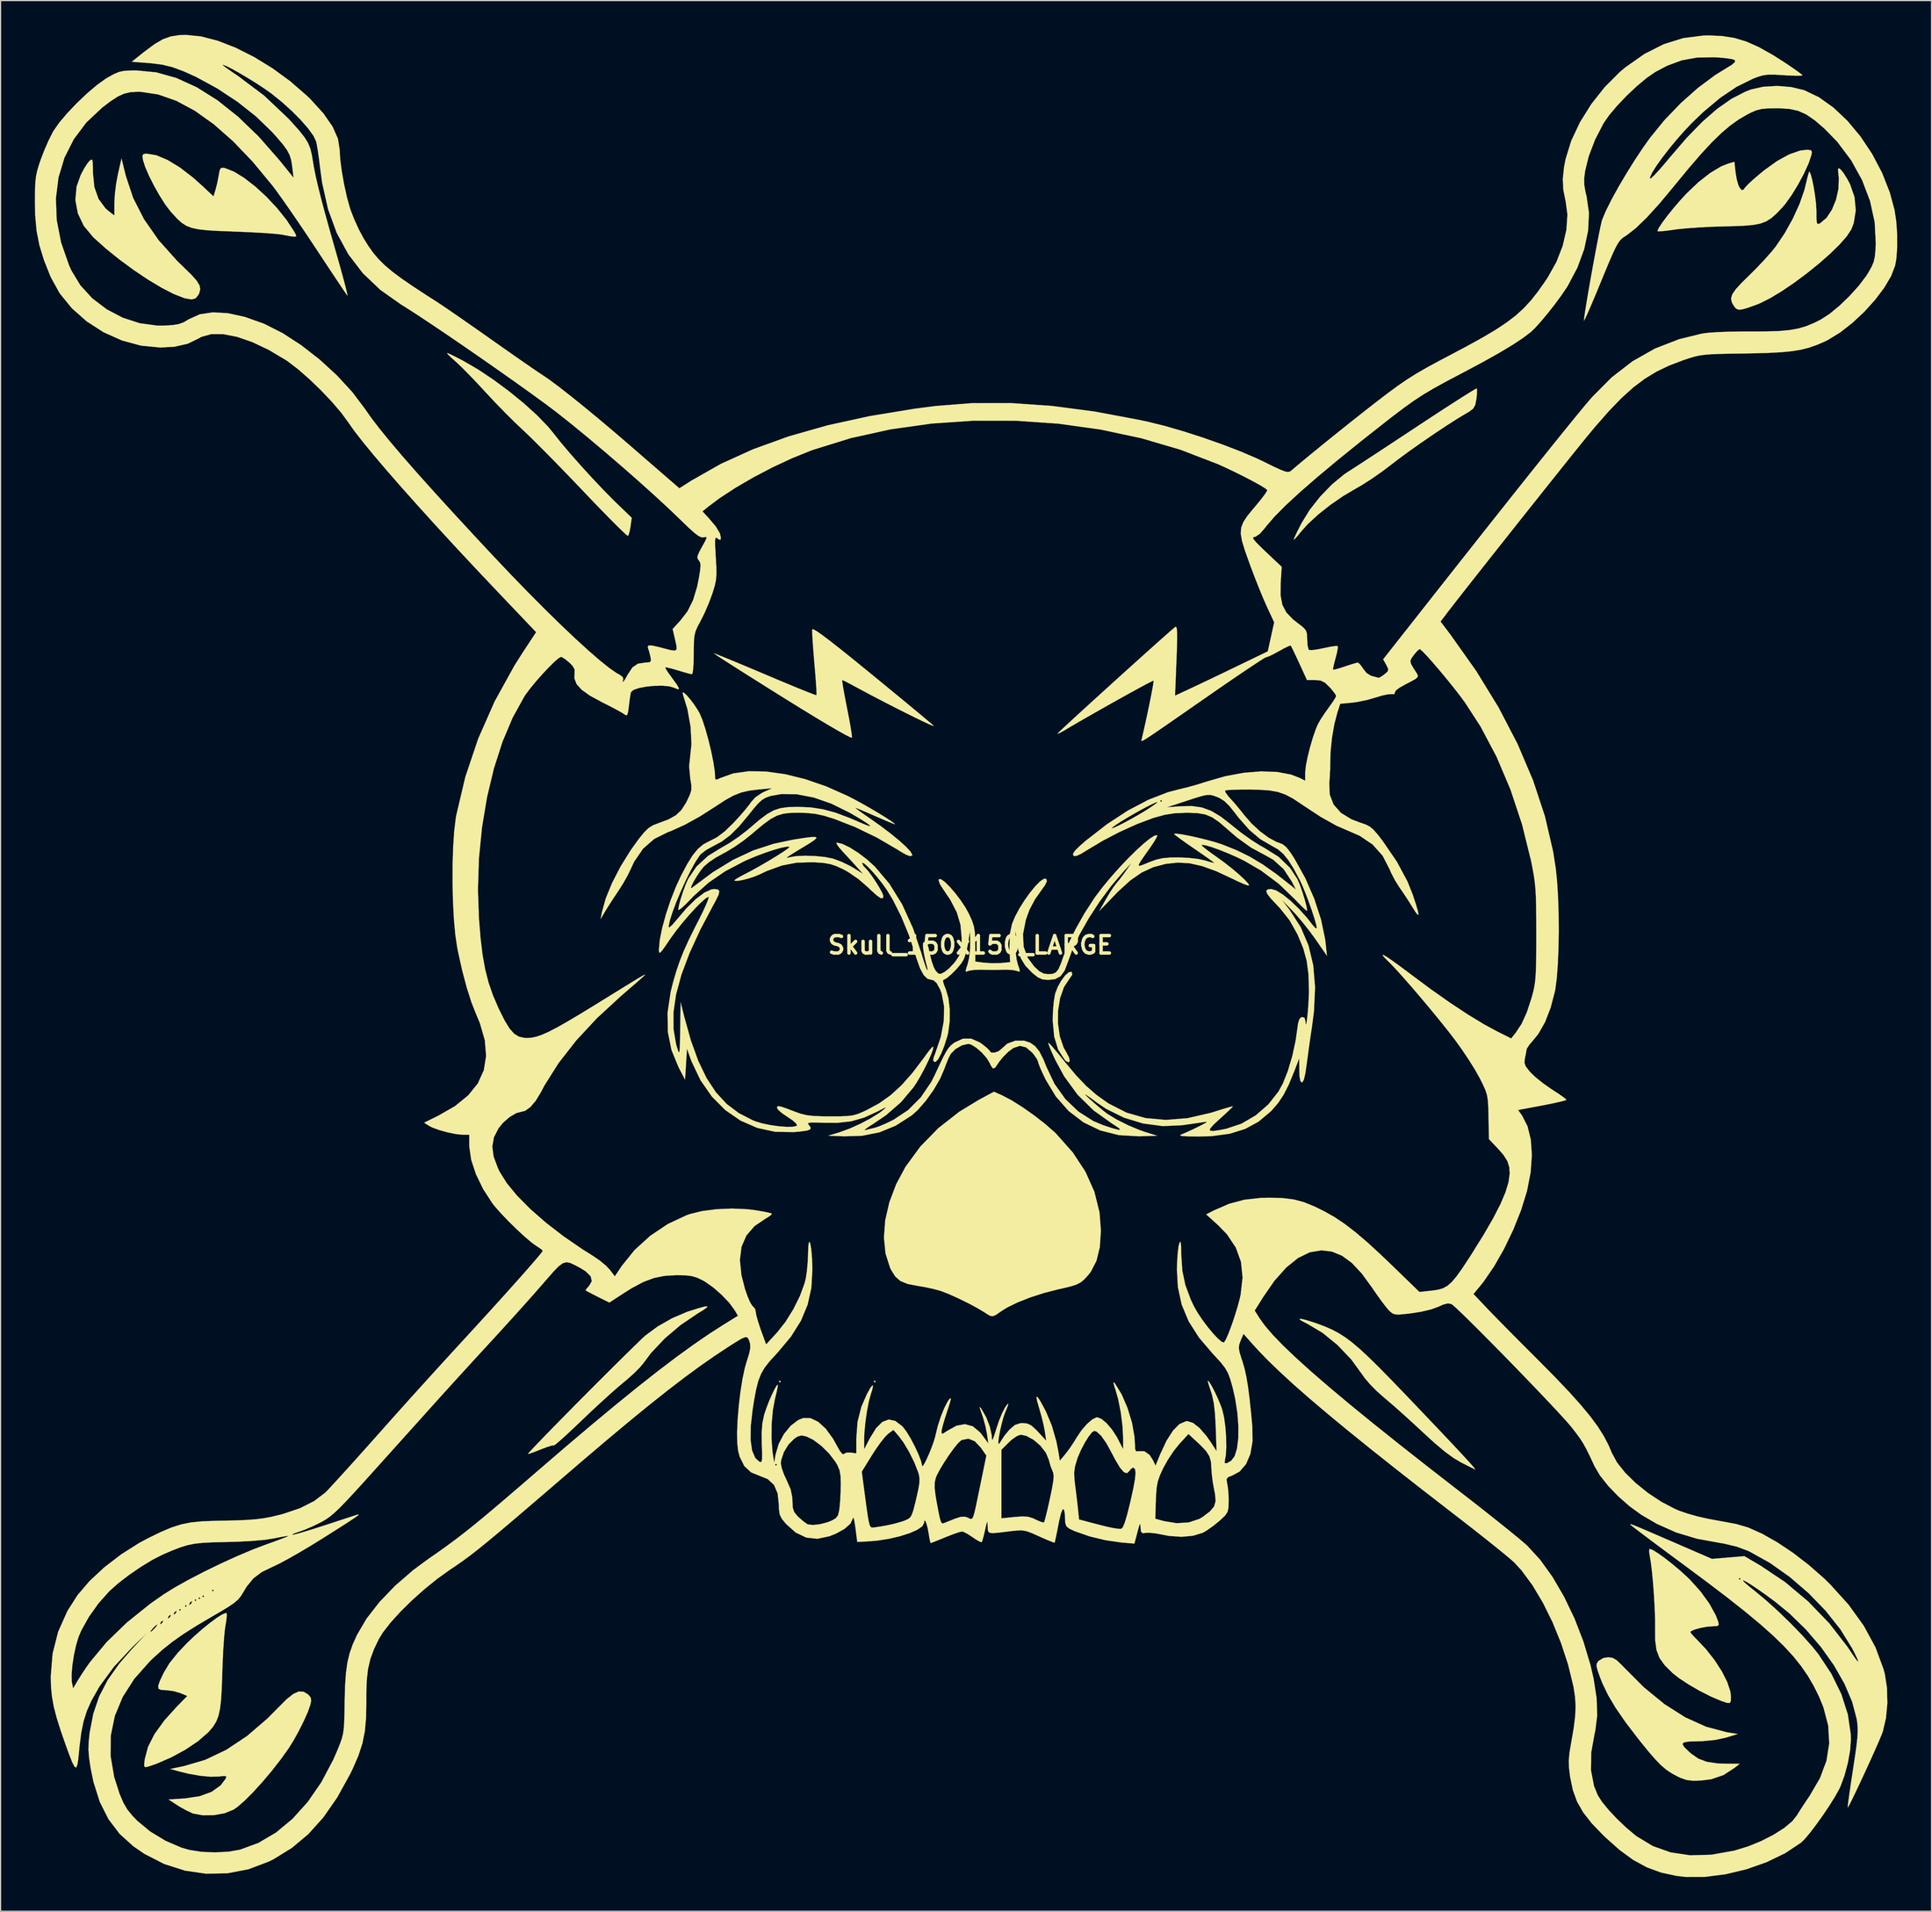
<source format=kicad_pcb>
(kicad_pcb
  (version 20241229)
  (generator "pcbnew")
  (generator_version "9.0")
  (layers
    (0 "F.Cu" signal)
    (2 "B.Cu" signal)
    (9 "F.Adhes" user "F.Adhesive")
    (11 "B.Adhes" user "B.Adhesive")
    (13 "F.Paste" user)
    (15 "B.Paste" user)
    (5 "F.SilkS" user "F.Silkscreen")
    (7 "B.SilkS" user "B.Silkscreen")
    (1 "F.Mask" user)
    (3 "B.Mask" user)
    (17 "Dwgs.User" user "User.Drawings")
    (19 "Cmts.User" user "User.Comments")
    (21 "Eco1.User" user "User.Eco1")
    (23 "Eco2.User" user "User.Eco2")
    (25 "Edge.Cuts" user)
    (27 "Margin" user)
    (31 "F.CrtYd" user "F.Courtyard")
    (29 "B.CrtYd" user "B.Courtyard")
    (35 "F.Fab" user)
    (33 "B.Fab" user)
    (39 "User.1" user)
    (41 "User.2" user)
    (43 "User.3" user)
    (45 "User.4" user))
  (footprint "Skull_150x150_LARGE"
    (layer "F.Cu")
    (at 81.872 79.655)
    (property "Reference" "Skull_150x150_LARGE" (at 0 0 0) (layer "F.SilkS") (effects (font (size 1.524 1.524) (thickness 0.3))))
    (attr through_hole)
    (fp_poly (pts (xy -16.595 38.185) (xy -16.679 38.269) (xy -16.764 38.185) (xy -16.679 38.1) (xy -16.595 38.185)) (stroke (width 0.01) (type solid)) (fill yes) (layer "F.SilkS"))
    (fp_poly (pts (xy -8.297 38.185) (xy -8.382 38.269) (xy -8.467 38.185) (xy -8.382 38.1) (xy -8.297 38.185)) (stroke (width 0.01) (type solid)) (fill yes) (layer "F.SilkS"))
    (fp_poly (pts (xy 8.859 2.357) (xy 8.91 2.585) (xy 8.676 2.921) (xy 8.179 3.67) (xy 7.841 4.635) (xy 7.665 5.731) (xy 7.656 6.874) (xy 7.816 7.979) (xy 8.149 8.962) (xy 8.41 9.423) (xy 8.63 9.838) (xy 8.684 10.137) (xy 8.589 10.258) (xy 8.36 10.141) (xy 8.249 10.031) (xy 7.679 9.151) (xy 7.329 8.016) (xy 7.2 6.629) (xy 7.199 6.519) (xy 7.224 5.72) (xy 7.294 4.945) (xy 7.394 4.333) (xy 7.425 4.209) (xy 7.644 3.648) (xy 7.944 3.113) (xy 8.275 2.67) (xy 8.584 2.387) (xy 8.82 2.33) (xy 8.859 2.357)) (stroke (width 0.01) (type solid)) (fill yes) (layer "F.SilkS"))
    (fp_poly (pts (xy 29.279 32.781) (xy 29.88 32.963) (xy 30.343 33.121) (xy 31.018 33.375) (xy 31.631 33.642) (xy 32.214 33.949) (xy 32.798 34.321) (xy 33.414 34.784) (xy 34.095 35.364) (xy 34.872 36.086) (xy 35.777 36.976) (xy 36.841 38.061) (xy 38.096 39.364) (xy 38.354 39.635) (xy 39.84 41.193) (xy 41.096 42.515) (xy 42.128 43.608) (xy 42.942 44.478) (xy 43.546 45.134) (xy 43.945 45.581) (xy 44.145 45.826) (xy 44.167 45.881) (xy 44.001 45.805) (xy 43.61 45.612) (xy 43.072 45.339) (xy 42.93 45.267) (xy 42.26 44.87) (xy 41.503 44.315) (xy 40.614 43.567) (xy 39.628 42.665) (xy 38.807 41.903) (xy 37.954 41.127) (xy 37.147 40.409) (xy 36.465 39.82) (xy 36.198 39.596) (xy 35.558 39.029) (xy 34.958 38.421) (xy 34.494 37.874) (xy 34.357 37.677) (xy 33.332 36.269) (xy 32.124 34.995) (xy 30.804 33.921) (xy 29.445 33.114) (xy 29.379 33.082) (xy 28.931 32.851) (xy 28.781 32.724) (xy 28.905 32.701) (xy 29.279 32.781)) (stroke (width 0.01) (type solid)) (fill yes) (layer "F.SilkS"))
    (fp_poly (pts (xy -73.91 -67.304) (xy -73.272 -65.383) (xy -72.318 -63.515) (xy -71.043 -61.688) (xy -69.438 -59.893) (xy -68.848 -59.318) (xy -68.16 -58.646) (xy -67.708 -58.135) (xy -67.465 -57.732) (xy -67.401 -57.386) (xy -67.491 -57.045) (xy -67.559 -56.905) (xy -67.806 -56.6) (xy -68.159 -56.504) (xy -68.704 -56.597) (xy -68.835 -56.635) (xy -69.719 -56.979) (xy -70.781 -57.526) (xy -71.966 -58.236) (xy -73.213 -59.072) (xy -74.466 -59.993) (xy -75.666 -60.962) (xy -76.756 -61.939) (xy -76.765 -61.948) (xy -77.589 -62.942) (xy -78.111 -64.04) (xy -78.324 -65.199) (xy -78.219 -66.379) (xy -77.852 -67.41) (xy -77.555 -67.962) (xy -77.265 -68.415) (xy -77.09 -68.625) (xy -76.941 -68.738) (xy -76.852 -68.707) (xy -76.808 -68.477) (xy -76.794 -67.994) (xy -76.793 -67.589) (xy -76.667 -66.336) (xy -76.297 -65.29) (xy -75.689 -64.469) (xy -75.431 -64.246) (xy -74.915 -63.849) (xy -74.911 -64.987) (xy -74.867 -65.74) (xy -74.756 -66.629) (xy -74.601 -67.464) (xy -74.598 -67.479) (xy -74.289 -68.834) (xy -73.91 -67.304)) (stroke (width 0.01) (type solid)) (fill yes) (layer "F.SilkS"))
    (fp_poly (pts (xy 44.33 -48.517) (xy 44.305 -48.098) (xy 44.272 -47.808) (xy 44.174 -47.283) (xy 43.996 -46.956) (xy 43.646 -46.688) (xy 43.459 -46.58) (xy 42.653 -46.097) (xy 41.658 -45.461) (xy 40.552 -44.726) (xy 39.416 -43.947) (xy 38.327 -43.176) (xy 37.366 -42.469) (xy 36.803 -42.033) (xy 35.995 -41.423) (xy 35.11 -40.808) (xy 34.27 -40.269) (xy 33.729 -39.958) (xy 32.606 -39.295) (xy 31.473 -38.511) (xy 30.414 -37.671) (xy 29.516 -36.843) (xy 28.966 -36.229) (xy 28.619 -35.807) (xy 28.373 -35.537) (xy 28.279 -35.477) (xy 28.352 -35.669) (xy 28.548 -36.087) (xy 28.832 -36.654) (xy 28.978 -36.938) (xy 29.693 -38.096) (xy 30.608 -39.254) (xy 31.636 -40.316) (xy 32.687 -41.185) (xy 33.044 -41.425) (xy 33.432 -41.672) (xy 34.061 -42.081) (xy 34.89 -42.623) (xy 35.88 -43.272) (xy 36.989 -44.001) (xy 38.176 -44.784) (xy 39.16 -45.434) (xy 40.327 -46.203) (xy 41.404 -46.906) (xy 42.359 -47.522) (xy 43.158 -48.032) (xy 43.771 -48.413) (xy 44.165 -48.647) (xy 44.307 -48.714) (xy 44.33 -48.517)) (stroke (width 0.01) (type solid)) (fill yes) (layer "F.SilkS"))
    (fp_poly (pts (xy -65.094 58.462) (xy -65.075 58.666) (xy -65.119 59.097) (xy -65.195 59.546) (xy -65.263 60.042) (xy -65.33 60.799) (xy -65.391 61.739) (xy -65.441 62.786) (xy -65.471 63.669) (xy -65.515 64.99) (xy -65.577 66.026) (xy -65.672 66.83) (xy -65.812 67.456) (xy -66.009 67.958) (xy -66.277 68.39) (xy -66.628 68.805) (xy -66.732 68.914) (xy -67.596 69.661) (xy -68.698 70.401) (xy -69.944 71.078) (xy -71.237 71.639) (xy -71.95 71.882) (xy -72.194 71.938) (xy -72.297 71.859) (xy -72.294 71.57) (xy -72.25 71.225) (xy -71.967 70.158) (xy -71.398 69.035) (xy -70.531 67.837) (xy -69.482 66.676) (xy -68.532 65.704) (xy -69.143 65.449) (xy -69.744 65.275) (xy -70.386 65.194) (xy -70.437 65.193) (xy -70.834 65.171) (xy -71.047 65.07) (xy -71.082 64.837) (xy -70.944 64.419) (xy -70.638 63.764) (xy -70.583 63.654) (xy -70.088 62.831) (xy -69.366 61.93) (xy -68.594 61.112) (xy -67.918 60.467) (xy -67.219 59.852) (xy -66.545 59.306) (xy -65.945 58.864) (xy -65.469 58.565) (xy -65.165 58.445) (xy -65.094 58.462)) (stroke (width 0.01) (type solid)) (fill yes) (layer "F.SilkS"))
    (fp_poly (pts (xy -45.602 -51.741) (xy -45.185 -51.542) (xy -44.624 -51.254) (xy -44.377 -51.124) (xy -43.082 -50.37) (xy -41.726 -49.465) (xy -40.373 -48.462) (xy -39.088 -47.414) (xy -37.935 -46.371) (xy -36.981 -45.387) (xy -36.487 -44.789) (xy -35.839 -43.973) (xy -35.01 -42.994) (xy -34.064 -41.924) (xy -33.067 -40.833) (xy -32.083 -39.793) (xy -31.175 -38.874) (xy -30.932 -38.638) (xy -29.643 -37.397) (xy -29.747 -36.643) (xy -29.834 -36.172) (xy -29.935 -35.865) (xy -29.974 -35.813) (xy -30.117 -35.912) (xy -30.462 -36.23) (xy -30.982 -36.739) (xy -31.649 -37.409) (xy -32.433 -38.212) (xy -33.307 -39.121) (xy -33.858 -39.7) (xy -34.857 -40.746) (xy -35.859 -41.783) (xy -36.82 -42.765) (xy -37.696 -43.649) (xy -38.443 -44.389) (xy -39.016 -44.941) (xy -39.154 -45.068) (xy -39.858 -45.735) (xy -40.688 -46.559) (xy -41.55 -47.444) (xy -42.346 -48.292) (xy -42.467 -48.424) (xy -43.158 -49.17) (xy -43.846 -49.889) (xy -44.465 -50.515) (xy -44.949 -50.979) (xy -45.081 -51.096) (xy -45.486 -51.46) (xy -45.743 -51.718) (xy -45.796 -51.816) (xy -45.602 -51.741)) (stroke (width 0.01) (type solid)) (fill yes) (layer "F.SilkS"))
    (fp_poly (pts (xy -58.358 65.331) (xy -57.968 65.567) (xy -57.928 65.602) (xy -57.726 65.85) (xy -57.697 66.154) (xy -57.779 66.517) (xy -57.992 67.112) (xy -58.338 67.889) (xy -58.765 68.743) (xy -59.221 69.571) (xy -59.655 70.271) (xy -59.657 70.273) (xy -60.359 71.256) (xy -61.143 72.259) (xy -61.962 73.229) (xy -62.767 74.113) (xy -63.51 74.859) (xy -64.144 75.411) (xy -64.484 75.647) (xy -65.265 75.962) (xy -66.208 76.133) (xy -67.168 76.147) (xy -68.004 75.993) (xy -68.094 75.96) (xy -68.617 75.717) (xy -69.215 75.383) (xy -69.438 75.242) (xy -70.168 74.761) (xy -68.739 74.668) (xy -67.449 74.476) (xy -66.398 74.091) (xy -65.605 73.521) (xy -65.173 72.943) (xy -65.111 72.767) (xy -65.224 72.703) (xy -65.582 72.728) (xy -65.763 72.752) (xy -66.478 72.772) (xy -67.403 72.686) (xy -68.431 72.507) (xy -69.342 72.282) (xy -70.019 72.088) (xy -68.843 71.846) (xy -66.966 71.295) (xy -65.124 70.418) (xy -63.309 69.213) (xy -61.516 67.674) (xy -60.555 66.704) (xy -59.829 65.979) (xy -59.248 65.52) (xy -58.771 65.31) (xy -58.358 65.331)) (stroke (width 0.01) (type solid)) (fill yes) (layer "F.SilkS"))
    (fp_poly (pts (xy -23.071 31.71) (xy -23.4 31.943) (xy -23.876 32.234) (xy -25.369 33.244) (xy -26.752 34.417) (xy -27.942 35.677) (xy -28.632 36.593) (xy -28.949 36.973) (xy -29.449 37.472) (xy -30.047 38.006) (xy -30.321 38.233) (xy -30.867 38.692) (xy -31.586 39.327) (xy -32.411 40.078) (xy -33.274 40.881) (xy -33.981 41.554) (xy -34.717 42.255) (xy -35.368 42.862) (xy -35.897 43.339) (xy -36.265 43.653) (xy -36.434 43.769) (xy -36.44 43.768) (xy -36.624 43.786) (xy -37.031 43.912) (xy -37.56 44.112) (xy -38.109 44.327) (xy -38.53 44.48) (xy -38.728 44.535) (xy -38.64 44.419) (xy -38.338 44.089) (xy -37.845 43.57) (xy -37.186 42.886) (xy -36.385 42.064) (xy -35.466 41.128) (xy -34.454 40.104) (xy -34.032 39.678) (xy -32.95 38.591) (xy -31.914 37.556) (xy -30.956 36.603) (xy -30.104 35.761) (xy -29.391 35.063) (xy -28.847 34.536) (xy -28.502 34.213) (xy -28.448 34.165) (xy -27.367 33.368) (xy -26.106 32.65) (xy -24.822 32.1) (xy -24.638 32.038) (xy -23.794 31.772) (xy -23.259 31.627) (xy -23.021 31.605) (xy -23.071 31.71)) (stroke (width 0.01) (type solid)) (fill yes) (layer "F.SilkS"))
    (fp_poly (pts (xy -71.24 -69.116) (xy -70.264 -68.707) (xy -69.181 -68.049) (xy -68.028 -67.162) (xy -67.315 -66.528) (xy -66.239 -65.521) (xy -66.067 -66.077) (xy -65.927 -66.618) (xy -65.8 -67.245) (xy -65.781 -67.366) (xy -65.694 -67.818) (xy -65.576 -68.01) (xy -65.356 -68.021) (xy -65.218 -67.99) (xy -64.439 -67.679) (xy -63.542 -67.126) (xy -62.581 -66.379) (xy -61.611 -65.487) (xy -60.685 -64.501) (xy -59.858 -63.469) (xy -59.215 -62.498) (xy -59.024 -62.153) (xy -59.009 -62.012) (xy -59.169 -61.993) (xy -59.215 -61.995) (xy -59.574 -62.044) (xy -60.078 -62.14) (xy -60.198 -62.166) (xy -60.571 -62.218) (xy -61.22 -62.275) (xy -62.082 -62.333) (xy -63.094 -62.387) (xy -64.194 -62.434) (xy -64.431 -62.443) (xy -65.728 -62.493) (xy -66.74 -62.55) (xy -67.521 -62.633) (xy -68.124 -62.758) (xy -68.604 -62.942) (xy -69.014 -63.203) (xy -69.407 -63.558) (xy -69.837 -64.024) (xy -70.021 -64.232) (xy -70.461 -64.812) (xy -70.948 -65.578) (xy -71.435 -66.439) (xy -71.872 -67.304) (xy -72.211 -68.082) (xy -72.403 -68.681) (xy -72.409 -68.707) (xy -72.457 -69.082) (xy -72.355 -69.231) (xy -72.074 -69.257) (xy -71.24 -69.116)) (stroke (width 0.01) (type solid)) (fill yes) (layer "F.SilkS"))
    (fp_poly (pts (xy 56.187 62.369) (xy 56.543 62.572) (xy 56.975 62.981) (xy 57.098 63.114) (xy 58.909 64.93) (xy 60.725 66.417) (xy 62.543 67.572) (xy 64.359 68.392) (xy 66.171 68.876) (xy 66.339 68.904) (xy 67.141 69.03) (xy 66.125 69.343) (xy 65.178 69.549) (xy 64.053 69.657) (xy 63.645 69.668) (xy 62.883 69.689) (xy 62.442 69.758) (xy 62.304 69.906) (xy 62.452 70.168) (xy 62.869 70.575) (xy 63.066 70.749) (xy 63.691 71.187) (xy 64.423 71.464) (xy 65.343 71.603) (xy 66.125 71.631) (xy 67.31 71.636) (xy 66.887 71.976) (xy 65.89 72.624) (xy 64.821 72.99) (xy 63.923 73.103) (xy 63.207 73.12) (xy 62.674 73.056) (xy 62.173 72.887) (xy 61.891 72.756) (xy 61.369 72.477) (xy 60.898 72.162) (xy 60.431 71.765) (xy 59.918 71.239) (xy 59.313 70.539) (xy 58.566 69.618) (xy 58.415 69.427) (xy 57.329 68.005) (xy 56.467 66.757) (xy 55.799 65.633) (xy 55.293 64.583) (xy 55.089 64.062) (xy 54.882 63.47) (xy 54.789 63.103) (xy 54.804 62.872) (xy 54.919 62.687) (xy 54.969 62.63) (xy 55.377 62.386) (xy 55.812 62.315) (xy 56.187 62.369)) (stroke (width 0.01) (type solid)) (fill yes) (layer "F.SilkS"))
    (fp_poly (pts (xy 73.532 -69.567) (xy 73.633 -69.417) (xy 73.584 -69.13) (xy 73.339 -68.403) (xy 72.933 -67.515) (xy 72.425 -66.565) (xy 71.868 -65.653) (xy 71.319 -64.88) (xy 71.037 -64.547) (xy 70.53 -64.018) (xy 70.083 -63.621) (xy 69.634 -63.336) (xy 69.122 -63.142) (xy 68.485 -63.02) (xy 67.661 -62.949) (xy 66.59 -62.91) (xy 65.974 -62.896) (xy 64.878 -62.862) (xy 63.772 -62.806) (xy 62.754 -62.735) (xy 61.923 -62.654) (xy 61.595 -62.61) (xy 60.938 -62.519) (xy 60.431 -62.467) (xy 60.148 -62.462) (xy 60.113 -62.477) (xy 60.22 -62.735) (xy 60.512 -63.185) (xy 60.943 -63.767) (xy 61.469 -64.425) (xy 62.045 -65.1) (xy 62.625 -65.734) (xy 62.662 -65.773) (xy 63.711 -66.771) (xy 64.737 -67.573) (xy 65.689 -68.143) (xy 66.331 -68.397) (xy 66.847 -68.545) (xy 66.957 -67.571) (xy 67.059 -66.977) (xy 67.203 -66.483) (xy 67.307 -66.276) (xy 67.496 -66.063) (xy 67.643 -66.107) (xy 67.812 -66.327) (xy 68.054 -66.587) (xy 68.493 -66.991) (xy 69.058 -67.476) (xy 69.468 -67.811) (xy 70.593 -68.619) (xy 71.65 -69.197) (xy 72.596 -69.526) (xy 73.177 -69.596) (xy 73.532 -69.567)) (stroke (width 0.01) (type solid)) (fill yes) (layer "F.SilkS"))
    (fp_poly (pts (xy 59.717 52.94) (xy 60.188 53.233) (xy 60.789 53.665) (xy 61.46 54.193) (xy 62.142 54.769) (xy 62.775 55.348) (xy 62.964 55.534) (xy 63.885 56.558) (xy 64.652 57.617) (xy 65.213 58.634) (xy 65.44 59.224) (xy 65.481 59.474) (xy 65.347 59.582) (xy 64.959 59.605) (xy 64.928 59.605) (xy 64.435 59.645) (xy 63.893 59.744) (xy 63.405 59.878) (xy 63.074 60.018) (xy 62.992 60.108) (xy 63.104 60.283) (xy 63.385 60.589) (xy 63.516 60.717) (xy 64.362 61.61) (xy 65.122 62.579) (xy 65.756 63.563) (xy 66.227 64.497) (xy 66.497 65.319) (xy 66.546 65.744) (xy 66.535 66.14) (xy 66.445 66.316) (xy 66.201 66.307) (xy 65.723 66.145) (xy 65.661 66.122) (xy 64.783 65.749) (xy 63.812 65.256) (xy 62.853 64.702) (xy 62.014 64.149) (xy 61.453 63.709) (xy 60.758 63.02) (xy 60.296 62.374) (xy 60.03 61.674) (xy 59.917 60.822) (xy 59.911 59.955) (xy 59.911 59.103) (xy 59.877 58.077) (xy 59.817 56.965) (xy 59.735 55.854) (xy 59.639 54.831) (xy 59.535 53.985) (xy 59.445 53.467) (xy 59.385 53.064) (xy 59.411 52.845) (xy 59.435 52.832) (xy 59.717 52.94)) (stroke (width 0.01) (type solid)) (fill yes) (layer "F.SilkS"))
    (fp_poly (pts (xy 2.763 13.143) (xy 3.575 13.568) (xy 4.531 14.167) (xy 5.539 14.874) (xy 6.504 15.622) (xy 7.333 16.346) (xy 7.506 16.512) (xy 8.946 18.134) (xy 10.058 19.823) (xy 10.84 21.574) (xy 11.291 23.384) (xy 11.413 24.977) (xy 11.317 26.428) (xy 11.026 27.622) (xy 10.532 28.581) (xy 10.287 28.893) (xy 9.955 29.252) (xy 9.648 29.507) (xy 9.285 29.697) (xy 8.785 29.86) (xy 8.068 30.034) (xy 7.676 30.12) (xy 6.446 30.434) (xy 5.235 30.825) (xy 4.128 31.26) (xy 3.212 31.707) (xy 2.729 32.009) (xy 2.268 32.332) (xy 1.967 32.47) (xy 1.711 32.436) (xy 1.383 32.24) (xy 1.27 32.163) (xy 0.657 31.79) (xy -0.153 31.355) (xy -1.042 30.917) (xy -1.891 30.535) (xy -2.581 30.267) (xy -2.625 30.253) (xy -3.262 30.08) (xy -4.042 29.914) (xy -4.627 29.817) (xy -5.504 29.648) (xy -6.128 29.393) (xy -6.582 28.997) (xy -6.95 28.406) (xy -7.031 28.238) (xy -7.431 26.991) (xy -7.571 25.587) (xy -7.458 24.075) (xy -7.098 22.504) (xy -6.501 20.923) (xy -5.679 19.391) (xy -4.384 17.625) (xy -2.808 16.012) (xy -0.988 14.585) (xy 0.731 13.539) (xy 2.054 12.828) (xy 2.763 13.143)) (stroke (width 0.01) (type solid)) (fill yes) (layer "F.SilkS"))
    (fp_poly (pts (xy 76.036 -67.957) (xy 76.179 -67.837) (xy 76.416 -67.54) (xy 76.72 -67.051) (xy 76.967 -66.588) (xy 77.359 -65.462) (xy 77.468 -64.299) (xy 77.291 -63.182) (xy 77.077 -62.631) (xy 76.684 -62.031) (xy 76.048 -61.306) (xy 75.219 -60.496) (xy 74.25 -59.644) (xy 73.192 -58.79) (xy 72.096 -57.974) (xy 71.014 -57.239) (xy 69.997 -56.624) (xy 69.097 -56.171) (xy 68.821 -56.059) (xy 68.068 -55.786) (xy 67.562 -55.636) (xy 67.235 -55.603) (xy 67.018 -55.683) (xy 66.846 -55.869) (xy 66.821 -55.904) (xy 66.616 -56.262) (xy 66.558 -56.598) (xy 66.669 -56.961) (xy 66.974 -57.401) (xy 67.497 -57.969) (xy 68.087 -58.547) (xy 68.783 -59.24) (xy 69.481 -59.979) (xy 70.092 -60.668) (xy 70.463 -61.125) (xy 71.245 -62.281) (xy 71.96 -63.564) (xy 72.555 -64.867) (xy 72.977 -66.082) (xy 73.072 -66.462) (xy 73.213 -67.06) (xy 73.329 -67.496) (xy 73.401 -67.696) (xy 73.41 -67.7) (xy 73.531 -67.436) (xy 73.667 -66.925) (xy 73.8 -66.258) (xy 73.915 -65.527) (xy 73.996 -64.822) (xy 74.026 -64.233) (xy 74.026 -64.22) (xy 74.03 -63.592) (xy 74.058 -63.241) (xy 74.131 -63.106) (xy 74.267 -63.127) (xy 74.354 -63.17) (xy 74.909 -63.636) (xy 75.383 -64.35) (xy 75.744 -65.228) (xy 75.956 -66.182) (xy 75.987 -67.126) (xy 75.973 -67.265) (xy 75.922 -67.756) (xy 75.936 -67.968) (xy 76.036 -67.957)) (stroke (width 0.01) (type solid)) (fill yes) (layer "F.SilkS"))
    (fp_poly (pts (xy -13.454 -27.471) (xy -12.967 -27.131) (xy -12.271 -26.605) (xy -11.354 -25.886) (xy -10.204 -24.964) (xy -8.811 -23.83) (xy -8.636 -23.687) (xy -7.488 -22.747) (xy -6.417 -21.865) (xy -5.451 -21.068) (xy -4.62 -20.379) (xy -3.955 -19.824) (xy -3.485 -19.427) (xy -3.24 -19.214) (xy -3.217 -19.192) (xy -3.289 -19.193) (xy -3.618 -19.33) (xy -4.162 -19.582) (xy -4.876 -19.928) (xy -5.72 -20.346) (xy -6.65 -20.815) (xy -7.623 -21.314) (xy -8.596 -21.822) (xy -9.527 -22.317) (xy -10.103 -22.628) (xy -10.629 -22.911) (xy -11.029 -23.115) (xy -11.22 -23.198) (xy -11.223 -23.199) (xy -11.218 -23.043) (xy -11.154 -22.613) (xy -11.04 -21.969) (xy -10.887 -21.167) (xy -10.811 -20.786) (xy -10.64 -19.912) (xy -10.501 -19.148) (xy -10.407 -18.56) (xy -10.367 -18.212) (xy -10.368 -18.156) (xy -10.519 -18.191) (xy -10.933 -18.398) (xy -11.592 -18.764) (xy -12.474 -19.279) (xy -13.56 -19.929) (xy -14.828 -20.703) (xy -16.259 -21.59) (xy -16.454 -21.712) (xy -17.738 -22.516) (xy -18.927 -23.263) (xy -19.992 -23.936) (xy -20.902 -24.514) (xy -21.628 -24.98) (xy -22.142 -25.314) (xy -22.413 -25.498) (xy -22.449 -25.529) (xy -22.288 -25.477) (xy -21.855 -25.308) (xy -21.19 -25.038) (xy -20.333 -24.684) (xy -19.322 -24.261) (xy -18.198 -23.786) (xy -17.967 -23.689) (xy -16.825 -23.206) (xy -15.788 -22.774) (xy -14.895 -22.407) (xy -14.187 -22.123) (xy -13.702 -21.937) (xy -13.482 -21.866) (xy -13.473 -21.866) (xy -13.468 -22.047) (xy -13.49 -22.508) (xy -13.537 -23.189) (xy -13.603 -24.033) (xy -13.655 -24.638) (xy -13.733 -25.578) (xy -13.795 -26.413) (xy -13.836 -27.079) (xy -13.851 -27.51) (xy -13.847 -27.631) (xy -13.744 -27.635) (xy -13.454 -27.471)) (stroke (width 0.01) (type solid)) (fill yes) (layer "F.SilkS"))
    (fp_poly (pts (xy -67.338 -79.52) (xy -65.866 -79.137) (xy -64.3 -78.527) (xy -62.688 -77.716) (xy -61.079 -76.729) (xy -59.523 -75.592) (xy -58.07 -74.329) (xy -57.732 -74.002) (xy -56.617 -72.774) (xy -55.824 -71.632) (xy -55.354 -70.571) (xy -55.202 -69.611) (xy -55.151 -68.765) (xy -55.014 -67.712) (xy -54.812 -66.57) (xy -54.566 -65.455) (xy -54.295 -64.481) (xy -54.256 -64.361) (xy -53.937 -63.533) (xy -53.523 -62.629) (xy -53.129 -61.891) (xy -52.703 -61.202) (xy -52.274 -60.595) (xy -51.804 -60.036) (xy -51.254 -59.492) (xy -50.585 -58.929) (xy -49.76 -58.314) (xy -48.74 -57.614) (xy -47.485 -56.794) (xy -46.709 -56.298) (xy -46.276 -56.012) (xy -45.618 -55.566) (xy -44.785 -54.992) (xy -43.828 -54.327) (xy -42.797 -53.606) (xy -41.91 -52.98) (xy -40.878 -52.253) (xy -39.897 -51.566) (xy -39.013 -50.951) (xy -38.272 -50.439) (xy -37.72 -50.064) (xy -37.423 -49.869) (xy -36.826 -49.461) (xy -36.012 -48.854) (xy -35.016 -48.076) (xy -33.871 -47.155) (xy -32.614 -46.119) (xy -31.277 -44.994) (xy -29.896 -43.81) (xy -29.68 -43.624) (xy -28.796 -42.856) (xy -27.96 -42.131) (xy -27.22 -41.489) (xy -26.622 -40.97) (xy -26.212 -40.616) (xy -26.102 -40.521) (xy -25.472 -39.978) (xy -24.378 -40.672) (xy -21.837 -42.114) (xy -19.013 -43.396) (xy -15.903 -44.52) (xy -12.503 -45.486) (xy -8.81 -46.295) (xy -4.82 -46.949) (xy -3.048 -47.178) (xy 0.158 -47.429) (xy 3.537 -47.433) (xy 7.102 -47.187) (xy 10.865 -46.693) (xy 14.84 -45.947) (xy 15.575 -45.787) (xy 17.029 -45.426) (xy 18.648 -44.956) (xy 20.343 -44.41) (xy 22.024 -43.819) (xy 23.603 -43.212) (xy 24.99 -42.621) (xy 25.66 -42.304) (xy 26.504 -41.888) (xy 27.101 -41.611) (xy 27.504 -41.454) (xy 27.766 -41.401) (xy 27.942 -41.434) (xy 28.063 -41.516) (xy 28.834 -42.168) (xy 29.813 -42.977) (xy 30.94 -43.896) (xy 32.153 -44.874) (xy 33.392 -45.864) (xy 34.597 -46.815) (xy 35.413 -47.452) (xy 36.476 -48.268) (xy 37.378 -48.932) (xy 38.202 -49.498) (xy 39.031 -50.019) (xy 39.948 -50.547) (xy 41.035 -51.137) (xy 41.832 -51.556) (xy 43.462 -52.42) (xy 44.825 -53.173) (xy 45.961 -53.848) (xy 46.909 -54.476) (xy 47.711 -55.09) (xy 48.406 -55.72) (xy 49.034 -56.4) (xy 49.636 -57.159) (xy 50.252 -58.03) (xy 50.513 -58.42) (xy 51.274 -59.774) (xy 51.825 -61.19) (xy 52.152 -62.602) (xy 52.238 -63.944) (xy 52.08 -65.102) (xy 51.879 -66.1) (xy 51.834 -67.052) (xy 51.944 -68.091) (xy 52.083 -68.801) (xy 52.574 -70.387) (xy 53.339 -72.011) (xy 54.334 -73.602) (xy 55.511 -75.09) (xy 56.825 -76.405) (xy 57.299 -76.803) (xy 58.981 -77.986) (xy 60.671 -78.839) (xy 62.391 -79.373) (xy 64.165 -79.595) (xy 64.592 -79.604) (xy 65.767 -79.553) (xy 66.842 -79.383) (xy 67.89 -79.068) (xy 68.983 -78.584) (xy 70.193 -77.904) (xy 71.136 -77.307) (xy 71.789 -76.871) (xy 72.323 -76.5) (xy 72.683 -76.234) (xy 72.813 -76.111) (xy 72.657 -76.081) (xy 72.235 -76.078) (xy 71.619 -76.1) (xy 71.162 -76.128) (xy 70.368 -76.173) (xy 69.799 -76.173) (xy 69.347 -76.114) (xy 68.9 -75.982) (xy 68.449 -75.807) (xy 67.044 -75.111) (xy 65.616 -74.153) (xy 64.132 -72.911) (xy 63.159 -71.977) (xy 62.467 -71.248) (xy 61.771 -70.458) (xy 61.107 -69.652) (xy 60.51 -68.877) (xy 60.014 -68.181) (xy 59.657 -67.609) (xy 59.472 -67.21) (xy 59.46 -67.069) (xy 59.582 -67.127) (xy 59.877 -67.41) (xy 60.309 -67.878) (xy 60.839 -68.492) (xy 61.186 -68.91) (xy 62.664 -70.628) (xy 64.044 -72.046) (xy 65.347 -73.183) (xy 66.593 -74.055) (xy 67.803 -74.68) (xy 68.304 -74.873) (xy 69.378 -75.115) (xy 70.604 -75.184) (xy 71.842 -75.082) (xy 72.941 -74.816) (xy 74.24 -74.198) (xy 75.52 -73.286) (xy 76.746 -72.124) (xy 77.885 -70.757) (xy 78.904 -69.228) (xy 79.769 -67.582) (xy 80.446 -65.863) (xy 80.858 -64.341) (xy 81.012 -63.333) (xy 81.091 -62.204) (xy 81.094 -61.076) (xy 81.02 -60.068) (xy 80.914 -59.469) (xy 80.559 -58.542) (xy 79.954 -57.52) (xy 79.152 -56.458) (xy 78.206 -55.414) (xy 77.167 -54.444) (xy 76.09 -53.605) (xy 75.026 -52.953) (xy 74.715 -52.801) (xy 74.023 -52.506) (xy 73.355 -52.276) (xy 72.654 -52.1) (xy 71.865 -51.972) (xy 70.929 -51.882) (xy 69.792 -51.822) (xy 68.395 -51.785) (xy 67.733 -51.774) (xy 66.501 -51.755) (xy 65.548 -51.734) (xy 64.816 -51.705) (xy 64.247 -51.661) (xy 63.781 -51.595) (xy 63.36 -51.501) (xy 62.925 -51.372) (xy 62.418 -51.202) (xy 62.315 -51.166) (xy 61.12 -50.71) (xy 60.029 -50.185) (xy 58.999 -49.558) (xy 57.989 -48.796) (xy 56.958 -47.865) (xy 55.863 -46.731) (xy 54.663 -45.361) (xy 53.827 -44.354) (xy 53.322 -43.73) (xy 52.654 -42.9) (xy 51.851 -41.897) (xy 50.94 -40.756) (xy 49.949 -39.513) (xy 48.906 -38.201) (xy 47.838 -36.857) (xy 46.773 -35.513) (xy 45.738 -34.206) (xy 44.761 -32.97) (xy 43.869 -31.839) (xy 43.09 -30.848) (xy 42.451 -30.033) (xy 41.981 -29.427) (xy 41.796 -29.186) (xy 41.134 -28.315) (xy 42.007 -27.161) (xy 44.258 -23.985) (xy 46.216 -20.793) (xy 47.875 -17.6) (xy 49.228 -14.422) (xy 50.268 -11.276) (xy 50.988 -8.177) (xy 51.217 -6.707) (xy 51.336 -5.545) (xy 51.419 -4.195) (xy 51.466 -2.728) (xy 51.478 -1.218) (xy 51.455 0.264) (xy 51.398 1.646) (xy 51.308 2.855) (xy 51.185 3.819) (xy 51.145 4.035) (xy 50.769 5.473) (xy 50.277 6.737) (xy 49.695 7.765) (xy 49.264 8.297) (xy 48.919 8.697) (xy 48.698 9.035) (xy 48.659 9.144) (xy 48.602 9.486) (xy 48.512 9.929) (xy 48.475 10.28) (xy 48.578 10.592) (xy 48.868 10.979) (xy 49.023 11.155) (xy 49.475 11.583) (xy 50.099 12.083) (xy 50.775 12.561) (xy 50.903 12.644) (xy 51.464 13.009) (xy 51.894 13.31) (xy 52.13 13.499) (xy 52.155 13.534) (xy 51.998 13.6) (xy 51.571 13.71) (xy 50.936 13.851) (xy 50.155 14.006) (xy 50.038 14.029) (xy 47.921 14.426) (xy 48.264 14.906) (xy 48.745 15.849) (xy 49.033 17.024) (xy 49.124 18.386) (xy 49.017 19.887) (xy 48.707 21.48) (xy 48.685 21.567) (xy 48.176 23.205) (xy 47.497 24.904) (xy 46.696 26.572) (xy 45.816 28.116) (xy 44.905 29.445) (xy 44.605 29.82) (xy 44.015 30.527) (xy 45.238 31.816) (xy 45.7 32.296) (xy 46.354 32.965) (xy 47.151 33.774) (xy 48.041 34.672) (xy 48.977 35.611) (xy 49.689 36.322) (xy 51.152 37.801) (xy 52.38 39.092) (xy 53.399 40.225) (xy 54.23 41.23) (xy 54.9 42.137) (xy 55.431 42.978) (xy 55.848 43.782) (xy 56.117 44.422) (xy 56.572 45.268) (xy 57.291 46.17) (xy 58.216 47.077) (xy 59.288 47.94) (xy 60.451 48.71) (xy 61.646 49.335) (xy 62.028 49.498) (xy 62.737 49.742) (xy 63.612 49.988) (xy 64.483 50.187) (xy 64.625 50.214) (xy 65.43 50.363) (xy 66.227 50.511) (xy 66.872 50.631) (xy 66.995 50.653) (xy 68.062 50.964) (xy 69.284 51.512) (xy 70.609 52.263) (xy 71.986 53.185) (xy 73.363 54.245) (xy 74.69 55.411) (xy 75.186 55.89) (xy 76.827 57.7) (xy 78.167 59.56) (xy 79.194 61.452) (xy 79.898 63.357) (xy 80.014 63.798) (xy 80.202 65.013) (xy 80.232 66.339) (xy 80.11 67.643) (xy 79.842 68.791) (xy 79.797 68.919) (xy 79.634 69.328) (xy 79.375 69.934) (xy 79.043 70.683) (xy 78.665 71.521) (xy 78.264 72.395) (xy 77.866 73.252) (xy 77.494 74.039) (xy 77.175 74.702) (xy 76.932 75.187) (xy 76.79 75.442) (xy 76.765 75.467) (xy 76.776 75.294) (xy 76.833 74.838) (xy 76.928 74.15) (xy 77.055 73.282) (xy 77.206 72.285) (xy 77.23 72.128) (xy 77.408 70.955) (xy 77.533 70.054) (xy 77.609 69.365) (xy 77.641 68.828) (xy 77.633 68.381) (xy 77.59 67.964) (xy 77.552 67.72) (xy 77.157 66.217) (xy 76.482 64.634) (xy 75.562 63.02) (xy 74.428 61.423) (xy 73.116 59.891) (xy 71.658 58.472) (xy 70.401 57.445) (xy 69.58 56.84) (xy 68.871 56.34) (xy 68.296 55.956) (xy 67.877 55.699) (xy 67.635 55.579) (xy 67.591 55.608) (xy 67.766 55.797) (xy 68.184 56.157) (xy 68.707 56.576) (xy 69.678 57.385) (xy 70.733 58.343) (xy 71.797 59.375) (xy 72.796 60.41) (xy 73.656 61.372) (xy 74.187 62.03) (xy 75.34 63.771) (xy 76.207 65.546) (xy 76.775 67.32) (xy 77.03 69.059) (xy 77.044 69.527) (xy 76.971 70.483) (xy 76.771 71.583) (xy 76.477 72.68) (xy 76.126 73.627) (xy 76.02 73.849) (xy 75.641 74.528) (xy 75.147 75.318) (xy 74.587 76.152) (xy 74.009 76.96) (xy 73.463 77.676) (xy 72.996 78.23) (xy 72.686 78.534) (xy 71.291 79.459) (xy 69.673 80.243) (xy 67.912 80.864) (xy 66.089 81.301) (xy 64.283 81.533) (xy 62.575 81.537) (xy 61.785 81.448) (xy 60.431 81.154) (xy 59.191 80.7) (xy 58.002 80.053) (xy 56.798 79.175) (xy 55.517 78.032) (xy 55.374 77.893) (xy 54.371 76.85) (xy 53.622 75.896) (xy 53.085 74.954) (xy 52.718 73.951) (xy 52.478 72.811) (xy 52.461 72.693) (xy 52.375 71.972) (xy 52.358 71.353) (xy 52.415 70.697) (xy 52.553 69.866) (xy 52.572 69.765) (xy 52.79 68.503) (xy 52.916 67.477) (xy 52.954 66.601) (xy 52.907 65.785) (xy 52.778 64.943) (xy 52.752 64.811) (xy 52.294 62.942) (xy 51.678 61.067) (xy 50.934 59.245) (xy 50.091 57.539) (xy 49.178 56.009) (xy 48.224 54.716) (xy 47.581 54.017) (xy 47.254 53.727) (xy 46.698 53.262) (xy 45.952 52.656) (xy 45.055 51.939) (xy 44.046 51.144) (xy 42.966 50.302) (xy 42.408 49.871) (xy 39.669 47.751) (xy 37.194 45.813) (xy 34.968 44.045) (xy 32.976 42.435) (xy 31.204 40.971) (xy 29.637 39.641) (xy 28.262 38.432) (xy 27.064 37.332) (xy 26.028 36.33) (xy 25.141 35.413) (xy 24.687 34.914) (xy 23.89 34.014) (xy 23.638 34.616) (xy 23.517 34.952) (xy 23.483 35.255) (xy 23.547 35.63) (xy 23.716 36.183) (xy 23.796 36.421) (xy 23.976 37.027) (xy 24.136 37.739) (xy 24.281 38.607) (xy 24.42 39.68) (xy 24.56 41.006) (xy 24.667 42.164) (xy 24.68 43.433) (xy 24.491 44.528) (xy 24.113 45.414) (xy 23.559 46.058) (xy 22.929 46.402) (xy 22.542 46.555) (xy 22.408 46.738) (xy 22.453 47.067) (xy 22.469 47.133) (xy 22.544 47.605) (xy 22.588 48.243) (xy 22.594 48.672) (xy 22.576 49.226) (xy 22.496 49.594) (xy 22.296 49.899) (xy 21.915 50.264) (xy 21.756 50.405) (xy 21.212 50.845) (xy 20.664 51.228) (xy 20.328 51.421) (xy 19.489 51.681) (xy 18.464 51.775) (xy 17.366 51.698) (xy 16.826 51.594) (xy 16.199 51.475) (xy 15.642 51.42) (xy 15.345 51.432) (xy 15.043 51.455) (xy 14.917 51.306) (xy 14.885 50.947) (xy 14.865 50.681) (xy 14.817 50.671) (xy 14.723 50.944) (xy 14.607 51.373) (xy 14.346 52.369) (xy 13.214 52.274) (xy 11.833 52.077) (xy 10.416 51.735) (xy 9.146 51.291) (xy 9.102 51.273) (xy 8.625 51.047) (xy 8.384 50.84) (xy 8.298 50.554) (xy 8.285 50.313) (xy 8.248 49.672) (xy 8.17 49.363) (xy 8.058 49.383) (xy 7.918 49.728) (xy 7.757 50.395) (xy 7.708 50.638) (xy 7.574 51.329) (xy 7.461 51.881) (xy 7.385 52.219) (xy 7.364 52.288) (xy 7.204 52.244) (xy 6.81 52.087) (xy 6.255 51.847) (xy 6.008 51.735) (xy 5.36 51.446) (xy 4.896 51.278) (xy 4.491 51.211) (xy 4.021 51.226) (xy 3.362 51.301) (xy 3.323 51.306) (xy 2.528 51.405) (xy 2.01 51.451) (xy 1.708 51.431) (xy 1.563 51.327) (xy 1.516 51.126) (xy 1.507 50.842) (xy 1.491 50.525) (xy 1.456 50.467) (xy 1.387 50.694) (xy 1.275 51.187) (xy 1.148 51.724) (xy 1.038 52.112) (xy 0.981 52.246) (xy 0.811 52.202) (xy 0.464 52) (xy 0.198 51.817) (xy -0.25 51.524) (xy -0.613 51.34) (xy -0.737 51.308) (xy -0.997 51.37) (xy -1.474 51.532) (xy -2.074 51.764) (xy -2.201 51.816) (xy -2.786 52.055) (xy -3.234 52.233) (xy -3.469 52.32) (xy -3.484 52.324) (xy -3.536 52.173) (xy -3.609 51.789) (xy -3.651 51.52) (xy -3.751 50.979) (xy -3.864 50.573) (xy -3.968 50.357) (xy -4.04 50.382) (xy -4.059 50.567) (xy -4.222 50.862) (xy -4.668 51.166) (xy -5.34 51.461) (xy -6.182 51.728) (xy -7.14 51.951) (xy -8.157 52.11) (xy -8.975 52.179) (xy -9.906 52.225) (xy -10.069 50.962) (xy -10.154 50.406) (xy -10.228 50.112) (xy -10.282 50.113) (xy -10.292 50.17) (xy -10.512 50.629) (xy -11.025 51.085) (xy -11.792 51.507) (xy -12.34 51.725) (xy -13.393 51.947) (xy -14.371 51.842) (xy -15.285 51.407) (xy -16.129 50.657) (xy -16.499 50.211) (xy -16.689 49.833) (xy -16.759 49.369) (xy -16.767 48.979) (xy -16.872 47.98) (xy -17.19 47.236) (xy -17.731 46.729) (xy -18.367 46.473) (xy -19.19 46.139) (xy -19.786 45.588) (xy -19.847 45.466) (xy -17.103 45.466) (xy -17.018 45.551) (xy -16.933 45.466) (xy -17.018 45.381) (xy -17.103 45.466) (xy -19.847 45.466) (xy -19.901 45.357) (xy -16.595 45.357) (xy -16.516 45.772) (xy -16.312 46.339) (xy -16.087 46.821) (xy -15.74 47.608) (xy -15.592 48.328) (xy -15.579 48.667) (xy -15.55 49.232) (xy -15.425 49.611) (xy -15.144 49.956) (xy -15.028 50.069) (xy -14.634 50.411) (xy -14.304 50.648) (xy -14.224 50.689) (xy -13.785 50.742) (xy -13.172 50.675) (xy -12.52 50.508) (xy -12.131 50.354) (xy -11.782 50.151) (xy -11.59 49.895) (xy -11.486 49.469) (xy -11.453 49.212) (xy -11.397 48.568) (xy -11.359 47.778) (xy -11.347 47.15) (xy -11.367 46.451) (xy -11.433 46.071) (xy -9.511 46.071) (xy -9.24 48.139) (xy -9.101 49.177) (xy -8.993 49.926) (xy -8.903 50.432) (xy -8.823 50.743) (xy -8.74 50.904) (xy -8.643 50.963) (xy -8.579 50.969) (xy -8.302 50.94) (xy -7.812 50.864) (xy -7.364 50.785) (xy -6.693 50.638) (xy -6.056 50.461) (xy -5.753 50.355) (xy -5.47 50.229) (xy -5.272 50.076) (xy -5.122 49.824) (xy -4.983 49.406) (xy -4.818 48.751) (xy -4.747 48.453) (xy -4.569 47.661) (xy -4.538 47.484) (xy -3.135 47.484) (xy -3.061 48.127) (xy -2.963 48.711) (xy -2.808 49.549) (xy -2.692 50.105) (xy -2.598 50.432) (xy -2.508 50.582) (xy -2.403 50.606) (xy -2.327 50.582) (xy -2.05 50.471) (xy -1.598 50.289) (xy -1.387 50.203) (xy -0.858 50.028) (xy -0.48 50.018) (xy -0.238 50.099) (xy -0.074 50.179) (xy 0.051 50.219) (xy 0.151 50.177) (xy 0.243 50.012) (xy 0.343 49.682) (xy 0.468 49.147) (xy 0.632 48.364) (xy 0.852 47.293) (xy 0.857 47.268) (xy 1.393 44.668) (xy 1.035 44.156) (xy 2.709 44.156) (xy 2.709 50.157) (xy 3.873 50.04) (xy 4.56 49.991) (xy 5.044 50.022) (xy 5.455 50.148) (xy 5.694 50.261) (xy 6.11 50.449) (xy 6.387 50.526) (xy 6.435 50.517) (xy 6.501 50.329) (xy 6.621 49.876) (xy 6.776 49.227) (xy 6.95 48.448) (xy 6.954 48.429) (xy 7.14 47.535) (xy 7.246 46.906) (xy 7.28 46.478) (xy 7.247 46.187) (xy 7.234 46.154) (xy 9.074 46.154) (xy 9.1 46.767) (xy 9.148 47.169) (xy 9.247 47.953) (xy 9.344 48.772) (xy 9.403 49.303) (xy 9.503 50.26) (xy 10.805 50.604) (xy 11.732 50.842) (xy 12.394 50.992) (xy 12.854 51.066) (xy 13.171 51.077) (xy 13.199 51.074) (xy 13.337 50.934) (xy 13.508 50.52) (xy 13.606 50.191) (xy 16.171 50.191) (xy 16.933 50.403) (xy 18.043 50.584) (xy 19.1 50.518) (xy 20.022 50.214) (xy 20.327 50.033) (xy 20.953 49.556) (xy 21.314 49.13) (xy 21.451 48.66) (xy 21.406 48.053) (xy 21.333 47.693) (xy 21.2 46.963) (xy 21.11 46.209) (xy 21.086 45.805) (xy 21.044 45.196) (xy 20.904 44.717) (xy 20.616 44.268) (xy 20.127 43.753) (xy 19.878 43.52) (xy 19.076 42.78) (xy 18.266 43.661) (xy 17.772 44.28) (xy 17.264 45.044) (xy 16.864 45.766) (xy 16.573 46.404) (xy 16.391 46.934) (xy 16.289 47.485) (xy 16.237 48.187) (xy 16.222 48.59) (xy 16.171 50.191) (xy 13.606 50.191) (xy 13.718 49.814) (xy 13.972 48.796) (xy 13.999 48.683) (xy 14.246 47.569) (xy 14.395 46.747) (xy 14.447 46.186) (xy 14.404 45.856) (xy 14.269 45.725) (xy 14.221 45.72) (xy 14.024 45.849) (xy 13.903 46.016) (xy 13.693 46.207) (xy 13.427 46.117) (xy 13.093 45.733) (xy 12.679 45.044) (xy 12.41 44.525) (xy 11.893 43.582) (xy 11.431 42.923) (xy 11.035 42.566) (xy 10.827 42.503) (xy 10.617 42.646) (xy 10.323 43.025) (xy 9.991 43.561) (xy 9.668 44.179) (xy 9.399 44.801) (xy 9.334 44.982) (xy 9.147 45.615) (xy 9.074 46.154) (xy 7.234 46.154) (xy 7.186 46.029) (xy 7.008 45.582) (xy 6.862 45.052) (xy 6.861 45.043) (xy 6.598 44.414) (xy 6.122 43.802) (xy 5.52 43.284) (xy 4.88 42.939) (xy 4.391 42.841) (xy 4.07 42.956) (xy 3.642 43.251) (xy 3.367 43.499) (xy 2.709 44.156) (xy 1.035 44.156) (xy 0.902 43.966) (xy 0.379 43.413) (xy -0.176 43.19) (xy -0.752 43.3) (xy -0.81 43.33) (xy -1.072 43.566) (xy -1.445 44.02) (xy -1.873 44.612) (xy -2.303 45.262) (xy -2.683 45.892) (xy -2.958 46.421) (xy -3.041 46.629) (xy -3.127 47.016) (xy -3.135 47.484) (xy -4.538 47.484) (xy -4.474 47.106) (xy -4.455 46.701) (xy -4.507 46.357) (xy -4.572 46.132) (xy -4.912 45.264) (xy -5.365 44.348) (xy -5.86 43.519) (xy -6.236 43.011) (xy -6.741 42.418) (xy -7.211 42.766) (xy -7.502 43.059) (xy -7.899 43.563) (xy -8.34 44.193) (xy -8.597 44.593) (xy -9.511 46.071) (xy -11.433 46.071) (xy -11.454 45.951) (xy -11.64 45.51) (xy -11.827 45.196) (xy -12.377 44.478) (xy -13.052 43.813) (xy -13.756 43.287) (xy -14.332 43.003) (xy -14.765 42.905) (xy -15.111 42.99) (xy -15.412 43.182) (xy -15.92 43.691) (xy -16.331 44.367) (xy -16.566 45.069) (xy -16.595 45.357) (xy -19.901 45.357) (xy -20.187 44.786) (xy -20.33 44.252) (xy -20.409 43.559) (xy -20.42 42.615) (xy -20.372 41.503) (xy -20.272 40.304) (xy -20.128 39.098) (xy -19.948 37.966) (xy -19.74 36.989) (xy -19.58 36.437) (xy -19.363 35.743) (xy -19.268 35.264) (xy -19.28 34.902) (xy -19.337 34.691) (xy -19.435 34.441) (xy -19.552 34.309) (xy -19.743 34.308) (xy -20.064 34.453) (xy -20.57 34.756) (xy -21.166 35.136) (xy -22.388 35.944) (xy -23.669 36.838) (xy -25.033 37.839) (xy -26.505 38.967) (xy -28.11 40.241) (xy -29.873 41.681) (xy -31.82 43.307) (xy -33.975 45.138) (xy -35.034 46.047) (xy -36.727 47.503) (xy -38.188 48.756) (xy -39.441 49.828) (xy -40.509 50.736) (xy -41.417 51.501) (xy -42.188 52.142) (xy -42.847 52.679) (xy -43.417 53.131) (xy -43.923 53.518) (xy -44.387 53.859) (xy -44.835 54.175) (xy -45.289 54.484) (xy -45.551 54.658) (xy -46.654 55.448) (xy -47.778 56.356) (xy -48.869 57.33) (xy -49.873 58.319) (xy -50.738 59.271) (xy -51.411 60.134) (xy -51.764 60.706) (xy -52.204 61.621) (xy -52.516 62.47) (xy -52.719 63.343) (xy -52.83 64.331) (xy -52.868 65.524) (xy -52.866 66.125) (xy -52.887 67.562) (xy -52.995 68.772) (xy -53.212 69.86) (xy -53.563 70.934) (xy -54.07 72.098) (xy -54.272 72.512) (xy -55.406 74.569) (xy -56.621 76.319) (xy -57.938 77.787) (xy -59.384 79) (xy -60.982 79.983) (xy -61.386 80.186) (xy -63.169 80.862) (xy -65.013 81.218) (xy -66.883 81.257) (xy -68.742 80.985) (xy -70.555 80.404) (xy -72.285 79.519) (xy -73.256 78.853) (xy -74.459 77.763) (xy -75.431 76.48) (xy -76.187 74.978) (xy -76.741 73.231) (xy -76.987 72.032) (xy -77.121 71.142) (xy -77.137 70.946) (xy -75.247 70.946) (xy -74.934 72.789) (xy -74.465 74.253) (xy -74.134 75.034) (xy -73.783 75.639) (xy -73.317 76.208) (xy -72.888 76.648) (xy -71.769 77.572) (xy -70.457 78.367) (xy -69.081 78.963) (xy -68.374 79.172) (xy -67.312 79.341) (xy -66.109 79.393) (xy -64.92 79.33) (xy -63.932 79.159) (xy -62.312 78.565) (xy -60.769 77.657) (xy -59.322 76.455) (xy -57.992 74.978) (xy -56.797 73.247) (xy -55.758 71.281) (xy -55.403 70.467) (xy -55.181 69.917) (xy -55.02 69.47) (xy -54.911 69.05) (xy -54.842 68.585) (xy -54.801 68) (xy -54.778 67.223) (xy -54.763 66.209) (xy -54.726 64.83) (xy -54.651 63.712) (xy -54.522 62.781) (xy -54.326 61.96) (xy -54.048 61.174) (xy -53.68 60.357) (xy -52.844 58.936) (xy -51.719 57.489) (xy -50.348 56.061) (xy -48.773 54.697) (xy -47.467 53.732) (xy -46.643 53.161) (xy -45.88 52.617) (xy -45.143 52.073) (xy -44.394 51.5) (xy -43.599 50.869) (xy -42.722 50.151) (xy -41.727 49.318) (xy -40.578 48.341) (xy -39.239 47.191) (xy -38.015 46.133) (xy -35.465 43.939) (xy -33.137 41.968) (xy -31.015 40.205) (xy -29.08 38.636) (xy -27.314 37.246) (xy -25.697 36.02) (xy -24.212 34.945) (xy -22.84 34.005) (xy -21.564 33.187) (xy -21.561 33.185) (xy -20.346 32.435) (xy -20.629 31.949) (xy -21.101 31.305) (xy -21.766 30.605) (xy -22.516 29.948) (xy -23.246 29.435) (xy -23.423 29.336) (xy -23.922 29.099) (xy -24.383 28.961) (xy -24.928 28.896) (xy -25.681 28.882) (xy -25.739 28.882) (xy -26.767 28.94) (xy -27.696 29.126) (xy -28.618 29.471) (xy -29.626 30.008) (xy -30.357 30.466) (xy -31.603 31.279) (xy -32.608 30.774) (xy -33.126 30.511) (xy -33.508 30.311) (xy -33.669 30.22) (xy -33.605 30.08) (xy -33.377 29.821) (xy -33.134 29.405) (xy -33.23 28.98) (xy -33.665 28.546) (xy -34.136 28.255) (xy -34.653 27.978) (xy -35.048 27.8) (xy -35.374 27.747) (xy -35.686 27.84) (xy -36.036 28.102) (xy -36.479 28.557) (xy -37.067 29.228) (xy -37.455 29.676) (xy -38.127 30.442) (xy -38.963 31.382) (xy -39.897 32.421) (xy -40.862 33.485) (xy -41.79 34.5) (xy -41.987 34.713) (xy -42.914 35.72) (xy -43.907 36.805) (xy -44.897 37.888) (xy -45.811 38.893) (xy -46.579 39.743) (xy -46.7 39.878) (xy -47.343 40.593) (xy -48.161 41.503) (xy -49.101 42.549) (xy -50.113 43.674) (xy -51.143 44.82) (xy -52.141 45.93) (xy -52.203 46) (xy -53.216 47.122) (xy -54.036 48.021) (xy -54.696 48.726) (xy -55.228 49.269) (xy -55.663 49.68) (xy -56.033 49.99) (xy -56.369 50.229) (xy -56.703 50.428) (xy -56.862 50.513) (xy -57.536 50.842) (xy -58.206 51.133) (xy -58.717 51.319) (xy -59.132 51.461) (xy -59.352 51.574) (xy -59.363 51.607) (xy -59.185 51.582) (xy -58.741 51.465) (xy -58.086 51.271) (xy -57.272 51.018) (xy -56.61 50.804) (xy -55.699 50.506) (xy -54.889 50.241) (xy -54.241 50.029) (xy -53.814 49.889) (xy -53.679 49.845) (xy -53.547 49.815) (xy -53.548 49.856) (xy -53.705 49.986) (xy -54.044 50.221) (xy -54.589 50.578) (xy -55.364 51.074) (xy -56.395 51.726) (xy -56.808 51.986) (xy -57.802 52.599) (xy -58.785 53.181) (xy -59.691 53.696) (xy -60.454 54.106) (xy -61.008 54.373) (xy -61.064 54.397) (xy -62.027 54.864) (xy -62.754 55.416) (xy -63.346 56.144) (xy -63.659 56.664) (xy -63.859 56.987) (xy -64.099 57.272) (xy -64.433 57.559) (xy -64.913 57.889) (xy -65.595 58.304) (xy -66.34 58.737) (xy -67.72 59.551) (xy -68.86 60.273) (xy -69.826 60.952) (xy -70.685 61.637) (xy -71.505 62.375) (xy -71.824 62.683) (xy -73.172 64.205) (xy -74.19 65.794) (xy -74.875 67.448) (xy -75.227 69.166) (xy -75.247 70.946) (xy -77.137 70.946) (xy -77.179 70.433) (xy -77.164 69.756) (xy -77.08 68.963) (xy -77.068 68.876) (xy -76.751 67.237) (xy -76.237 65.735) (xy -75.495 64.306) (xy -74.491 62.886) (xy -73.443 61.675) (xy -72.072 60.198) (xy -73.384 61.468) (xy -74.963 63.159) (xy -76.216 64.868) (xy -76.928 66.125) (xy -77.319 67.005) (xy -77.606 67.903) (xy -77.814 68.918) (xy -77.969 70.151) (xy -77.996 70.443) (xy -78.076 71.242) (xy -78.158 71.753) (xy -78.262 71.969) (xy -78.404 71.885) (xy -78.604 71.495) (xy -78.88 70.793) (xy -79.137 70.089) (xy -79.613 68.722) (xy -79.968 67.594) (xy -80.216 66.63) (xy -80.373 65.76) (xy -80.456 64.911) (xy -80.48 64.012) (xy -80.48 64.008) (xy -80.463 63.794) (xy -78.657 63.794) (xy -78.647 64.408) (xy -78.629 64.518) (xy -78.524 65.044) (xy -78.094 64.314) (xy -77.74 63.752) (xy -77.303 63.104) (xy -77.041 62.736) (xy -75.585 60.986) (xy -74.683 60.113) (xy -71.765 60.113) (xy -71.602 60.002) (xy -71.374 59.775) (xy -71.178 59.529) (xy -71.152 59.436) (xy -71.315 59.547) (xy -71.543 59.775) (xy -71.739 60.02) (xy -71.765 60.113) (xy -74.683 60.113) (xy -73.972 59.425) (xy -70.909 59.425) (xy -70.886 59.436) (xy -70.731 59.317) (xy -70.697 59.267) (xy -70.654 59.108) (xy -70.677 59.097) (xy -70.831 59.217) (xy -70.866 59.267) (xy -70.909 59.425) (xy -73.972 59.425) (xy -73.819 59.277) (xy -73.37 58.917) (xy -70.232 58.917) (xy -70.209 58.928) (xy -70.054 58.809) (xy -70.019 58.759) (xy -69.976 58.6) (xy -69.999 58.589) (xy -70.154 58.709) (xy -70.189 58.759) (xy -70.232 58.917) (xy -73.37 58.917) (xy -72.948 58.578) (xy -69.724 58.578) (xy -69.701 58.589) (xy -69.546 58.47) (xy -69.511 58.42) (xy -69.468 58.262) (xy -69.491 58.251) (xy -69.646 58.37) (xy -69.681 58.42) (xy -69.724 58.578) (xy -72.948 58.578) (xy -72.434 58.166) (xy -69.257 58.166) (xy -69.173 58.251) (xy -69.088 58.166) (xy -69.173 58.081) (xy -69.257 58.166) (xy -72.434 58.166) (xy -72.012 57.827) (xy -68.749 57.827) (xy -68.665 57.912) (xy -68.58 57.827) (xy -68.665 57.743) (xy -68.749 57.827) (xy -72.012 57.827) (xy -71.893 57.732) (xy -68.369 57.732) (xy -68.346 57.743) (xy -68.191 57.623) (xy -68.157 57.573) (xy -68.114 57.415) (xy -68.137 57.404) (xy -68.291 57.523) (xy -68.326 57.573) (xy -68.369 57.732) (xy -71.893 57.732) (xy -71.771 57.634) (xy -71.323 57.319) (xy -67.903 57.319) (xy -67.818 57.404) (xy -67.733 57.319) (xy -67.818 57.235) (xy -67.903 57.319) (xy -71.323 57.319) (xy -71.082 57.15) (xy -67.564 57.15) (xy -67.479 57.235) (xy -67.395 57.15) (xy -67.479 57.065) (xy -67.564 57.15) (xy -71.082 57.15) (xy -70.841 56.981) (xy -67.225 56.981) (xy -67.141 57.065) (xy -67.056 56.981) (xy -67.141 56.896) (xy -67.225 56.981) (xy -70.841 56.981) (xy -70.612 56.82) (xy -70.053 56.473) (xy -66.379 56.473) (xy -66.294 56.557) (xy -66.209 56.473) (xy -66.294 56.388) (xy -66.379 56.473) (xy -70.053 56.473) (xy -69.64 56.216) (xy -68.428 55.539) (xy -67.057 54.828) (xy -65.608 54.123) (xy -64.159 53.463) (xy -62.793 52.886) (xy -61.689 52.468) (xy -60.923 52.194) (xy -60.292 51.96) (xy -59.856 51.789) (xy -59.67 51.702) (xy -59.668 51.697) (xy -59.843 51.708) (xy -60.264 51.777) (xy -60.847 51.891) (xy -60.971 51.917) (xy -61.748 52.038) (xy -62.794 52.134) (xy -64.044 52.202) (xy -65.109 52.231) (xy -66.255 52.257) (xy -67.146 52.299) (xy -67.867 52.375) (xy -68.501 52.501) (xy -69.132 52.694) (xy -69.844 52.969) (xy -70.675 53.325) (xy -71.568 53.779) (xy -72.59 54.4) (xy -73.634 55.116) (xy -74.593 55.853) (xy -75.36 56.537) (xy -75.367 56.544) (xy -76.312 57.61) (xy -77.149 58.788) (xy -77.805 59.965) (xy -78.044 60.526) (xy -78.264 61.249) (xy -78.451 62.107) (xy -78.587 62.991) (xy -78.657 63.794) (xy -80.463 63.794) (xy -80.318 61.995) (xy -79.83 60.078) (xy -79.02 58.263) (xy -78.133 56.876) (xy -77.096 55.659) (xy -75.801 54.452) (xy -74.324 53.317) (xy -72.742 52.315) (xy -71.967 51.9) (xy -70.849 51.356) (xy -69.915 50.961) (xy -69.064 50.689) (xy -68.198 50.516) (xy -67.218 50.42) (xy -66.025 50.375) (xy -65.659 50.369) (xy -64.39 50.344) (xy -63.383 50.305) (xy -62.559 50.244) (xy -61.841 50.152) (xy -61.151 50.021) (xy -60.411 49.843) (xy -60.147 49.773) (xy -58.673 49.276) (xy -57.426 48.645) (xy -56.451 47.904) (xy -56.269 47.72) (xy -55.577 46.97) (xy -54.847 46.171) (xy -54.043 45.282) (xy -53.128 44.263) (xy -52.064 43.07) (xy -50.814 41.665) (xy -50.807 41.656) (xy -49.924 40.668) (xy -48.877 39.503) (xy -47.729 38.234) (xy -46.547 36.932) (xy -45.394 35.67) (xy -44.438 34.629) (xy -43.229 33.311) (xy -42.078 32.05) (xy -41.007 30.868) (xy -40.037 29.788) (xy -39.189 28.836) (xy -38.483 28.033) (xy -37.941 27.404) (xy -37.583 26.972) (xy -37.431 26.761) (xy -37.427 26.749) (xy -37.555 26.613) (xy -37.876 26.392) (xy -37.962 26.34) (xy -38.41 26.017) (xy -39.013 25.506) (xy -39.702 24.87) (xy -40.408 24.178) (xy -41.065 23.493) (xy -41.604 22.883) (xy -41.826 22.602) (xy -42.645 21.341) (xy -43.275 20.043) (xy -43.689 18.781) (xy -43.855 17.629) (xy -43.857 17.499) (xy -43.857 16.595) (xy -44.414 16.595) (xy -45.007 16.537) (xy -45.741 16.388) (xy -46.486 16.181) (xy -47.112 15.951) (xy -47.398 15.802) (xy -47.807 15.535) (xy -46.611 14.95) (xy -45.119 14.097) (xy -43.952 13.149) (xy -43.109 12.104) (xy -42.586 10.955) (xy -42.383 9.697) (xy -42.496 8.326) (xy -42.925 6.835) (xy -43.247 6.065) (xy -43.664 5.013) (xy -44.083 3.696) (xy -44.484 2.184) (xy -44.845 0.55) (xy -44.918 0.175) (xy -45.08 -0.923) (xy -45.201 -2.267) (xy -45.281 -3.777) (xy -45.306 -4.846) (xy -43.1 -4.846) (xy -43.015 -2.374) (xy -42.873 -0.625) (xy -42.694 0.856) (xy -42.463 2.14) (xy -42.165 3.298) (xy -41.782 4.4) (xy -41.301 5.518) (xy -41.242 5.644) (xy -40.754 6.615) (xy -40.329 7.307) (xy -39.924 7.76) (xy -39.499 8.017) (xy -39.012 8.12) (xy -38.797 8.128) (xy -38.408 8.102) (xy -37.985 8.013) (xy -37.494 7.845) (xy -36.9 7.58) (xy -36.17 7.2) (xy -35.269 6.69) (xy -34.163 6.033) (xy -32.817 5.21) (xy -32.417 4.963) (xy -31.216 4.22) (xy -30.275 3.639) (xy -29.566 3.204) (xy -29.06 2.897) (xy -28.729 2.702) (xy -28.545 2.603) (xy -28.48 2.583) (xy -28.506 2.626) (xy -28.594 2.715) (xy -28.617 2.738) (xy -28.836 2.936) (xy -29.256 3.306) (xy -29.821 3.796) (xy -30.475 4.36) (xy -30.62 4.485) (xy -32.687 6.392) (xy -34.501 8.344) (xy -36.038 10.313) (xy -37.273 12.267) (xy -37.599 12.883) (xy -38.036 13.609) (xy -38.51 14.166) (xy -38.967 14.497) (xy -39.23 14.563) (xy -39.74 14.694) (xy -40.33 15.043) (xy -40.899 15.536) (xy -41.297 16.024) (xy -41.701 16.815) (xy -41.845 17.621) (xy -41.73 18.501) (xy -41.352 19.517) (xy -41.208 19.816) (xy -40.578 20.828) (xy -39.669 21.932) (xy -38.516 23.095) (xy -37.155 24.285) (xy -35.623 25.469) (xy -33.954 26.616) (xy -33.066 27.173) (xy -32.461 27.585) (xy -31.915 28.034) (xy -31.566 28.398) (xy -31.121 28.982) (xy -30.517 28.08) (xy -29.393 26.683) (xy -28.022 25.437) (xy -26.479 24.402) (xy -24.842 23.635) (xy -24.553 23.533) (xy -23.489 23.272) (xy -22.218 23.109) (xy -20.862 23.052) (xy -19.541 23.107) (xy -18.836 23.194) (xy -18.198 23.303) (xy -17.693 23.404) (xy -17.411 23.477) (xy -17.389 23.487) (xy -17.437 23.605) (xy -17.718 23.808) (xy -17.897 23.909) (xy -18.898 24.585) (xy -19.61 25.411) (xy -20.036 26.397) (xy -20.179 27.552) (xy -20.042 28.887) (xy -19.725 30.116) (xy -19.498 30.76) (xy -19.275 31.271) (xy -19.091 31.568) (xy -19.04 31.608) (xy -18.843 31.833) (xy -18.797 32.064) (xy -18.741 32.393) (xy -18.592 32.931) (xy -18.381 33.571) (xy -18.34 33.684) (xy -17.883 34.941) (xy -16.914 33.888) (xy -16.184 32.965) (xy -15.501 31.866) (xy -14.925 30.706) (xy -14.518 29.601) (xy -14.407 29.159) (xy -14.312 28.521) (xy -14.241 27.72) (xy -14.209 26.958) (xy -14.186 26.334) (xy -14.139 26.015) (xy -14.076 25.97) (xy -14.007 26.168) (xy -13.939 26.577) (xy -13.882 27.165) (xy -13.843 27.901) (xy -13.833 28.363) (xy -13.924 29.983) (xy -14.253 31.472) (xy -14.842 32.882) (xy -15.714 34.265) (xy -16.89 35.672) (xy -17.039 35.83) (xy -17.59 36.434) (xy -18.008 36.969) (xy -18.322 37.507) (xy -18.562 38.119) (xy -18.757 38.876) (xy -18.938 39.849) (xy -19.069 40.68) (xy -19.23 42.11) (xy -19.243 43.296) (xy -19.111 44.223) (xy -18.835 44.873) (xy -18.49 45.194) (xy -18.355 45.243) (xy -18.273 45.177) (xy -18.234 44.941) (xy -18.232 44.479) (xy -18.257 43.736) (xy -18.259 43.697) (xy -18.271 42.654) (xy -18.206 41.828) (xy -18.053 41.105) (xy -18.038 41.051) (xy -17.856 40.505) (xy -17.622 39.904) (xy -17.37 39.325) (xy -17.134 38.842) (xy -16.949 38.532) (xy -16.855 38.464) (xy -16.868 38.644) (xy -16.953 39.064) (xy -17.092 39.638) (xy -17.111 39.709) (xy -17.299 40.723) (xy -17.401 41.924) (xy -17.412 43.168) (xy -17.327 44.314) (xy -17.295 44.535) (xy -17.174 45.297) (xy -17.049 44.561) (xy -16.78 43.644) (xy -16.324 42.788) (xy -15.739 42.069) (xy -15.082 41.564) (xy -14.641 41.385) (xy -14 41.393) (xy -13.333 41.71) (xy -12.669 42.312) (xy -12.039 43.175) (xy -11.72 43.748) (xy -11.419 44.282) (xy -11.198 44.543) (xy -11.092 44.536) (xy -10.849 44.41) (xy -10.479 44.404) (xy -9.991 44.476) (xy -9.989 43.193) (xy -9.882 41.726) (xy -9.544 40.395) (xy -9.073 39.311) (xy -8.776 38.772) (xy -8.589 38.525) (xy -8.526 38.572) (xy -8.599 38.916) (xy -8.709 39.252) (xy -8.893 39.923) (xy -9.062 40.805) (xy -9.2 41.773) (xy -9.286 42.698) (xy -9.305 43.319) (xy -9.297 44.111) (xy -8.803 43.155) (xy -8.26 42.272) (xy -7.714 41.726) (xy -7.157 41.514) (xy -6.584 41.634) (xy -5.986 42.083) (xy -5.923 42.147) (xy -5.607 42.562) (xy -5.243 43.161) (xy -4.878 43.852) (xy -4.558 44.542) (xy -4.328 45.139) (xy -4.234 45.549) (xy -4.233 45.566) (xy -4.18 45.605) (xy -4.039 45.394) (xy -3.841 45.003) (xy -3.615 44.498) (xy -3.393 43.948) (xy -3.204 43.422) (xy -3.077 42.987) (xy -3.06 42.906) (xy -2.867 42.105) (xy -2.596 41.27) (xy -2.289 40.508) (xy -1.987 39.926) (xy -1.872 39.763) (xy -1.745 39.639) (xy -1.719 39.724) (xy -1.8 40.052) (xy -1.994 40.656) (xy -2.048 40.815) (xy -2.267 41.494) (xy -2.435 42.078) (xy -2.527 42.473) (xy -2.536 42.557) (xy -2.516 42.745) (xy -2.392 42.742) (xy -2.086 42.541) (xy -2.054 42.518) (xy -1.223 42.055) (xy -0.477 41.918) (xy 0.202 42.108) (xy 0.829 42.628) (xy 1.047 42.9) (xy 1.564 43.603) (xy 1.443 42.757) (xy 1.303 42.061) (xy 1.095 41.314) (xy 1.009 41.064) (xy 0.844 40.6) (xy 0.8 40.416) (xy 0.876 40.477) (xy 0.983 40.625) (xy 1.381 41.327) (xy 1.69 42.126) (xy 1.852 42.863) (xy 1.862 43.011) (xy 1.884 43.26) (xy 1.939 43.275) (xy 2.043 43.027) (xy 2.214 42.487) (xy 2.26 42.333) (xy 2.497 41.628) (xy 2.761 40.985) (xy 3.016 40.478) (xy 3.227 40.18) (xy 3.312 40.132) (xy 3.283 40.27) (xy 3.148 40.621) (xy 3.046 40.858) (xy 2.889 41.298) (xy 2.729 41.876) (xy 2.587 42.497) (xy 2.483 43.065) (xy 2.437 43.487) (xy 2.459 43.66) (xy 2.564 43.574) (xy 2.716 43.322) (xy 2.962 42.947) (xy 3.327 42.5) (xy 3.44 42.376) (xy 3.888 41.992) (xy 4.341 41.839) (xy 4.584 41.825) (xy 4.984 41.868) (xy 5.33 42.038) (xy 5.728 42.397) (xy 5.917 42.596) (xy 6.627 43.367) (xy 6.51 42.554) (xy 6.399 41.977) (xy 6.217 41.236) (xy 6.005 40.49) (xy 5.999 40.471) (xy 5.822 39.846) (xy 5.777 39.534) (xy 5.861 39.534) (xy 6.077 39.845) (xy 6.422 40.468) (xy 6.613 40.838) (xy 7.116 42.039) (xy 7.518 43.438) (xy 7.714 44.447) (xy 7.819 45.12) (xy 8.311 44.531) (xy 8.686 44.033) (xy 9.096 43.415) (xy 9.299 43.079) (xy 9.717 42.456) (xy 10.192 41.91) (xy 10.654 41.509) (xy 11.032 41.323) (xy 11.091 41.317) (xy 11.461 41.458) (xy 11.913 41.837) (xy 12.382 42.385) (xy 12.803 43.034) (xy 12.87 43.16) (xy 13.361 44.111) (xy 13.364 43.265) (xy 13.309 42.118) (xy 13.155 40.884) (xy 12.923 39.718) (xy 12.719 39.001) (xy 12.556 38.486) (xy 12.516 38.259) (xy 12.596 38.296) (xy 12.642 38.354) (xy 13.234 39.324) (xy 13.743 40.507) (xy 14.13 41.779) (xy 14.352 43.016) (xy 14.39 43.657) (xy 14.41 44.108) (xy 14.49 44.297) (xy 14.672 44.298) (xy 14.726 44.283) (xy 15.218 44.289) (xy 15.665 44.602) (xy 15.947 45.033) (xy 16.196 45.546) (xy 16.594 44.575) (xy 17.155 43.374) (xy 17.724 42.483) (xy 18.293 41.91) (xy 18.855 41.665) (xy 18.984 41.656) (xy 19.476 41.811) (xy 20.044 42.257) (xy 20.657 42.965) (xy 21.043 43.519) (xy 21.536 44.281) (xy 21.463 42.164) (xy 21.399 40.991) (xy 21.295 40.08) (xy 21.139 39.356) (xy 21.05 39.074) (xy 20.881 38.564) (xy 20.778 38.212) (xy 20.762 38.1) (xy 20.904 38.244) (xy 21.131 38.621) (xy 21.403 39.149) (xy 21.68 39.748) (xy 21.92 40.336) (xy 22.043 40.688) (xy 22.197 41.36) (xy 22.309 42.201) (xy 22.374 43.106) (xy 22.386 43.967) (xy 22.34 44.679) (xy 22.268 45.041) (xy 22.242 45.322) (xy 22.428 45.346) (xy 22.811 45.126) (xy 23.116 44.725) (xy 23.324 44.052) (xy 23.435 43.16) (xy 23.446 42.102) (xy 23.357 40.932) (xy 23.167 39.701) (xy 22.947 38.732) (xy 22.745 38.008) (xy 22.543 37.463) (xy 22.282 36.998) (xy 21.905 36.515) (xy 21.356 35.915) (xy 21.214 35.766) (xy 19.997 34.339) (xy 19.095 32.921) (xy 18.486 31.463) (xy 18.15 29.919) (xy 18.066 28.363) (xy 18.092 27.579) (xy 18.144 26.87) (xy 18.215 26.34) (xy 18.257 26.162) (xy 18.34 25.965) (xy 18.393 25.99) (xy 18.425 26.271) (xy 18.441 26.844) (xy 18.445 27.093) (xy 18.536 28.48) (xy 18.799 29.734) (xy 19.27 31.001) (xy 19.542 31.582) (xy 19.865 32.153) (xy 20.281 32.777) (xy 20.747 33.4) (xy 21.215 33.966) (xy 21.641 34.42) (xy 21.978 34.709) (xy 22.181 34.777) (xy 22.195 34.766) (xy 22.364 34.484) (xy 22.593 33.954) (xy 22.856 33.255) (xy 23.123 32.465) (xy 23.273 31.979) (xy 24.872 31.979) (xy 25.3 32.657) (xy 25.783 33.326) (xy 26.466 34.118) (xy 27.358 35.041) (xy 28.467 36.1) (xy 29.8 37.304) (xy 31.365 38.657) (xy 33.171 40.169) (xy 35.225 41.844) (xy 37.534 43.69) (xy 40.107 45.714) (xy 42.913 47.893) (xy 44.07 48.791) (xy 45.188 49.669) (xy 46.227 50.494) (xy 47.146 51.233) (xy 47.906 51.854) (xy 48.465 52.326) (xy 48.719 52.552) (xy 49.849 53.781) (xy 50.934 55.291) (xy 51.946 57.026) (xy 52.856 58.927) (xy 53.635 60.939) (xy 54.255 63.003) (xy 54.526 64.179) (xy 54.793 65.903) (xy 54.843 67.407) (xy 54.677 68.729) (xy 54.63 68.925) (xy 54.319 70.648) (xy 54.298 72.204) (xy 54.565 73.589) (xy 54.901 74.409) (xy 55.274 74.985) (xy 55.853 75.689) (xy 56.568 76.452) (xy 57.353 77.2) (xy 58.138 77.864) (xy 58.294 77.983) (xy 59.709 78.839) (xy 61.275 79.394) (xy 62.985 79.647) (xy 64.833 79.597) (xy 66.814 79.243) (xy 66.887 79.224) (xy 68.061 78.864) (xy 69.212 78.393) (xy 70.278 77.848) (xy 71.197 77.263) (xy 71.907 76.673) (xy 72.341 76.123) (xy 72.534 75.803) (xy 72.862 75.295) (xy 73.266 74.69) (xy 73.433 74.445) (xy 74.338 72.897) (xy 74.909 71.371) (xy 75.148 69.843) (xy 75.058 68.292) (xy 74.64 66.696) (xy 74.244 65.732) (xy 73.79 64.82) (xy 73.282 63.949) (xy 72.697 63.098) (xy 72.012 62.242) (xy 71.204 61.361) (xy 70.248 60.43) (xy 69.124 59.429) (xy 67.806 58.333) (xy 66.273 57.121) (xy 64.5 55.77) (xy 64.079 55.457) (xy 67.225 55.457) (xy 67.31 55.541) (xy 67.395 55.457) (xy 67.31 55.372) (xy 67.225 55.457) (xy 64.079 55.457) (xy 62.526 54.302) (xy 61.414 53.48) (xy 60.393 52.722) (xy 59.495 52.051) (xy 58.75 51.49) (xy 58.19 51.063) (xy 57.844 50.792) (xy 57.743 50.702) (xy 57.754 50.679) (xy 57.813 50.683) (xy 57.953 50.728) (xy 58.209 50.828) (xy 58.616 50.997) (xy 59.208 51.249) (xy 60.021 51.6) (xy 61.09 52.062) (xy 61.862 52.397) (xy 64.88 53.707) (xy 66.301 53.589) (xy 67.722 53.47) (xy 69.117 54.288) (xy 71.271 55.728) (xy 73.304 57.435) (xy 75.148 59.345) (xy 76.737 61.396) (xy 76.965 61.736) (xy 77.378 62.346) (xy 77.622 62.663) (xy 77.695 62.689) (xy 77.598 62.426) (xy 77.329 61.874) (xy 77.13 61.493) (xy 76.118 59.862) (xy 74.833 58.244) (xy 73.335 56.699) (xy 71.687 55.283) (xy 69.95 54.054) (xy 68.187 53.071) (xy 68.064 53.012) (xy 67.044 52.632) (xy 65.902 52.361) (xy 65.617 52.317) (xy 63.578 51.945) (xy 61.756 51.396) (xy 60.058 50.639) (xy 58.713 49.853) (xy 57.687 49.109) (xy 56.696 48.241) (xy 55.808 47.32) (xy 55.091 46.414) (xy 54.625 45.625) (xy 54.216 44.749) (xy 53.895 44.099) (xy 53.612 43.588) (xy 53.317 43.132) (xy 52.96 42.648) (xy 52.586 42.169) (xy 52.253 41.776) (xy 51.734 41.201) (xy 51.061 40.475) (xy 50.265 39.629) (xy 49.374 38.695) (xy 48.421 37.704) (xy 47.436 36.687) (xy 46.449 35.677) (xy 45.491 34.704) (xy 44.593 33.8) (xy 43.786 32.995) (xy 43.099 32.323) (xy 42.564 31.813) (xy 42.21 31.497) (xy 42.093 31.411) (xy 41.786 31.346) (xy 41.368 31.452) (xy 40.98 31.628) (xy 40.329 31.868) (xy 39.454 32.077) (xy 38.64 32.206) (xy 37.905 32.292) (xy 37.425 32.327) (xy 37.118 32.301) (xy 36.901 32.207) (xy 36.694 32.035) (xy 36.653 31.997) (xy 36.387 31.694) (xy 35.995 31.183) (xy 35.532 30.539) (xy 35.131 29.952) (xy 34.234 28.725) (xy 33.373 27.808) (xy 32.519 27.181) (xy 31.642 26.82) (xy 30.721 26.706) (xy 29.695 26.875) (xy 28.663 27.378) (xy 27.629 28.212) (xy 26.598 29.372) (xy 25.633 30.764) (xy 24.872 31.979) (xy 23.273 31.979) (xy 23.37 31.664) (xy 23.567 30.931) (xy 23.642 30.594) (xy 23.812 29.088) (xy 23.673 27.717) (xy 23.22 26.462) (xy 22.447 25.305) (xy 21.683 24.516) (xy 20.627 23.561) (xy 21.29 23.222) (xy 22.629 22.639) (xy 23.965 22.28) (xy 25.421 22.118) (xy 26.162 22.101) (xy 27.318 22.135) (xy 28.282 22.255) (xy 29.176 22.492) (xy 30.122 22.877) (xy 30.988 23.305) (xy 31.853 23.796) (xy 32.734 24.386) (xy 33.675 25.108) (xy 34.719 25.996) (xy 35.907 27.086) (xy 36.85 27.988) (xy 39.286 30.35) (xy 40.382 30.233) (xy 40.906 30.158) (xy 41.344 30.032) (xy 41.736 29.817) (xy 42.125 29.474) (xy 42.552 28.965) (xy 43.059 28.252) (xy 43.686 27.297) (xy 43.876 27) (xy 44.915 25.332) (xy 45.744 23.897) (xy 46.375 22.67) (xy 46.819 21.626) (xy 47.086 20.739) (xy 47.188 19.984) (xy 47.153 19.436) (xy 46.985 18.899) (xy 46.634 18.348) (xy 46.202 17.853) (xy 45.37 16.973) (xy 45.333 15.028) (xy 45.313 14.182) (xy 45.275 13.574) (xy 45.197 13.102) (xy 45.055 12.664) (xy 44.826 12.161) (xy 44.57 11.649) (xy 44.18 10.951) (xy 43.647 10.095) (xy 43.04 9.185) (xy 42.427 8.33) (xy 42.396 8.287) (xy 41.792 7.504) (xy 41.067 6.598) (xy 40.265 5.621) (xy 39.433 4.628) (xy 38.615 3.671) (xy 37.857 2.805) (xy 37.205 2.083) (xy 36.704 1.557) (xy 36.593 1.45) (xy 36.195 1.053) (xy 36.053 0.862) (xy 36.158 0.871) (xy 36.499 1.075) (xy 37.068 1.468) (xy 37.856 2.046) (xy 38.481 2.517) (xy 40.274 3.85) (xy 41.976 5.048) (xy 43.548 6.086) (xy 44.949 6.937) (xy 45.966 7.488) (xy 47.313 8.166) (xy 47.704 7.682) (xy 48.224 6.897) (xy 48.681 5.896) (xy 49.1 4.619) (xy 49.139 4.481) (xy 49.259 4.026) (xy 49.35 3.592) (xy 49.417 3.125) (xy 49.462 2.569) (xy 49.491 1.871) (xy 49.507 0.976) (xy 49.513 -0.17) (xy 49.513 -1.016) (xy 49.51 -2.347) (xy 49.5 -3.404) (xy 49.476 -4.252) (xy 49.436 -4.954) (xy 49.374 -5.576) (xy 49.285 -6.181) (xy 49.165 -6.835) (xy 49.05 -7.402) (xy 48.269 -10.564) (xy 47.259 -13.604) (xy 46.042 -16.475) (xy 44.636 -19.131) (xy 43.275 -21.23) (xy 42.81 -21.858) (xy 42.257 -22.568) (xy 41.655 -23.313) (xy 41.046 -24.046) (xy 40.47 -24.718) (xy 39.968 -25.281) (xy 39.579 -25.689) (xy 39.344 -25.893) (xy 39.307 -25.908) (xy 39.134 -25.784) (xy 38.863 -25.477) (xy 38.785 -25.374) (xy 38.58 -25.087) (xy 38.496 -24.866) (xy 38.547 -24.619) (xy 38.75 -24.256) (xy 39.056 -23.781) (xy 39.151 -23.591) (xy 39.114 -23.434) (xy 38.893 -23.259) (xy 38.437 -23.012) (xy 38.17 -22.878) (xy 37.57 -22.546) (xy 37.217 -22.276) (xy 37.14 -22.111) (xy 37.089 -21.959) (xy 36.857 -21.964) (xy 36.508 -21.945) (xy 35.972 -21.828) (xy 35.475 -21.675) (xy 34.708 -21.455) (xy 33.857 -21.28) (xy 33.407 -21.219) (xy 32.354 -21.119) (xy 32.1 -20.338) (xy 31.84 -19.336) (xy 31.636 -18.159) (xy 31.513 -16.971) (xy 31.488 -16.177) (xy 31.475 -15.405) (xy 31.431 -14.582) (xy 31.398 -14.203) (xy 31.436 -13.178) (xy 31.777 -12.3) (xy 32.419 -11.572) (xy 33.358 -11) (xy 34.099 -10.722) (xy 34.579 -10.558) (xy 34.944 -10.37) (xy 35.275 -10.092) (xy 35.65 -9.66) (xy 36.076 -9.106) (xy 37.316 -7.294) (xy 38.242 -5.567) (xy 38.694 -4.434) (xy 38.987 -3.546) (xy 39.157 -2.962) (xy 39.204 -2.67) (xy 39.13 -2.658) (xy 38.934 -2.913) (xy 38.706 -3.275) (xy 38.287 -3.943) (xy 37.831 -4.634) (xy 37.54 -5.053) (xy 37.151 -5.669) (xy 36.804 -6.339) (xy 36.68 -6.635) (xy 36.068 -7.823) (xy 35.191 -8.805) (xy 34.063 -9.567) (xy 33.261 -9.917) (xy 32.027 -10.453) (xy 30.65 -11.223) (xy 29.098 -12.243) (xy 29.001 -12.31) (xy 28.234 -12.82) (xy 27.562 -13.177) (xy 26.891 -13.408) (xy 26.128 -13.541) (xy 25.181 -13.602) (xy 24.44 -13.615) (xy 23.638 -13.613) (xy 22.964 -13.596) (xy 22.487 -13.567) (xy 22.277 -13.528) (xy 22.276 -13.527) (xy 22.32 -13.356) (xy 22.55 -13.04) (xy 22.727 -12.843) (xy 23.141 -12.381) (xy 23.627 -11.796) (xy 23.961 -11.372) (xy 24.607 -10.63) (xy 25.351 -9.946) (xy 26.108 -9.389) (xy 26.793 -9.024) (xy 26.986 -8.959) (xy 27.328 -8.821) (xy 27.635 -8.571) (xy 27.974 -8.143) (xy 28.347 -7.57) (xy 29.297 -5.858) (xy 30.083 -4.056) (xy 30.672 -2.253) (xy 31.031 -0.54) (xy 31.081 -0.144) (xy 31.194 0.931) (xy 30.202 -0.504) (xy 29.646 -1.265) (xy 29.016 -2.058) (xy 28.42 -2.75) (xy 28.224 -2.959) (xy 27.238 -3.979) (xy 27.941 -3.058) (xy 28.893 -1.579) (xy 29.577 0.023) (xy 29.995 1.771) (xy 30.154 3.689) (xy 30.057 5.8) (xy 29.887 7.112) (xy 29.743 8.07) (xy 29.589 9.159) (xy 29.453 10.176) (xy 29.428 10.372) (xy 29.298 11.244) (xy 29.168 11.788) (xy 29.035 12.014) (xy 29.003 12.023) (xy 28.871 11.893) (xy 28.797 11.485) (xy 28.778 10.964) (xy 28.769 9.906) (xy 28.312 11.091) (xy 27.847 12.215) (xy 27.402 13.093) (xy 26.924 13.813) (xy 26.364 14.46) (xy 26.253 14.572) (xy 25.203 15.449) (xy 24.024 16.089) (xy 22.673 16.506) (xy 21.109 16.715) (xy 19.903 16.746) (xy 19.104 16.734) (xy 18.606 16.712) (xy 18.371 16.675) (xy 18.364 16.617) (xy 18.538 16.534) (xy 18.97 16.351) (xy 19.551 16.081) (xy 19.977 15.872) (xy 20.464 15.623) (xy 20.669 15.494) (xy 20.614 15.46) (xy 20.322 15.497) (xy 20.32 15.497) (xy 19.847 15.569) (xy 19.185 15.665) (xy 18.503 15.762) (xy 16.823 15.835) (xy 15.109 15.607) (xy 13.435 15.098) (xy 11.874 14.326) (xy 11.095 13.8) (xy 10.599 13.434) (xy 10.218 13.164) (xy 10.022 13.041) (xy 10.012 13.039) (xy 10.082 13.136) (xy 10.344 13.388) (xy 10.73 13.735) (xy 11.171 14.115) (xy 11.599 14.47) (xy 11.944 14.739) (xy 12.006 14.783) (xy 12.803 15.266) (xy 13.776 15.754) (xy 14.774 16.175) (xy 15.334 16.369) (xy 16.341 16.679) (xy 14.742 16.728) (xy 12.988 16.627) (xy 11.368 16.218) (xy 9.898 15.511) (xy 8.594 14.516) (xy 7.472 13.242) (xy 6.594 11.791) (xy 6.293 11.166) (xy 6.062 10.64) (xy 5.938 10.297) (xy 5.927 10.231) (xy 5.822 9.975) (xy 5.557 9.591) (xy 5.401 9.404) (xy 4.864 8.943) (xy 4.326 8.81) (xy 3.751 9.002) (xy 3.306 9.332) (xy 2.867 9.77) (xy 2.498 10.224) (xy 2.417 10.348) (xy 2.157 10.727) (xy 1.969 10.793) (xy 1.788 10.544) (xy 1.694 10.331) (xy 1.419 9.879) (xy 0.997 9.402) (xy 0.518 8.984) (xy 0.072 8.705) (xy -0.178 8.636) (xy -0.743 8.766) (xy -1.316 9.095) (xy -1.727 9.516) (xy -1.925 9.9) (xy -2.153 10.455) (xy -2.278 10.807) (xy -2.662 11.698) (xy -3.228 12.668) (xy -3.9 13.61) (xy -4.604 14.418) (xy -5.14 14.897) (xy -6.53 15.791) (xy -7.956 16.379) (xy -9.486 16.682) (xy -11.026 16.729) (xy -12.446 16.679) (xy -11.43 16.368) (xy -10.563 16.051) (xy -9.619 15.625) (xy -8.715 15.148) (xy -7.966 14.679) (xy -7.705 14.481) (xy -7.452 14.266) (xy -7.404 14.195) (xy -7.593 14.275) (xy -8.046 14.509) (xy -8.128 14.552) (xy -9.311 15.093) (xy -10.448 15.417) (xy -11.669 15.554) (xy -12.716 15.549) (xy -13.471 15.523) (xy -13.939 15.522) (xy -14.171 15.555) (xy -14.219 15.63) (xy -14.133 15.755) (xy -14.121 15.768) (xy -13.98 15.974) (xy -14.023 16.119) (xy -14.29 16.223) (xy -14.824 16.303) (xy -15.437 16.36) (xy -17.087 16.335) (xy -18.655 15.994) (xy -20.118 15.355) (xy -21.45 14.435) (xy -22.626 13.253) (xy -23.62 11.827) (xy -24.407 10.175) (xy -24.515 9.883) (xy -24.807 9.059) (xy -24.892 10.414) (xy -24.977 11.769) (xy -25.541 10.688) (xy -26.16 9.183) (xy -26.48 7.599) (xy -26.504 5.908) (xy -26.232 4.085) (xy -26.013 3.213) (xy -25.728 2.247) (xy -25.432 1.377) (xy -25.09 0.517) (xy -24.666 -0.419) (xy -24.125 -1.518) (xy -23.797 -2.159) (xy -23.424 -2.907) (xy -23.135 -3.535) (xy -22.953 -3.99) (xy -22.9 -4.217) (xy -22.915 -4.233) (xy -23.155 -4.107) (xy -23.553 -3.762) (xy -24.061 -3.251) (xy -24.632 -2.626) (xy -25.22 -1.937) (xy -25.776 -1.238) (xy -26.253 -0.579) (xy -26.3 -0.51) (xy -26.731 0.126) (xy -27.01 0.509) (xy -27.17 0.668) (xy -27.243 0.635) (xy -27.262 0.439) (xy -27.263 0.391) (xy -27.186 -0.453) (xy -26.973 -1.512) (xy -26.956 -1.572) (xy -26.416 -1.572) (xy -26.324 -1.564) (xy -26.082 -1.781) (xy -25.743 -2.176) (xy -25.741 -2.178) (xy -24.858 -3.216) (xy -24.036 -4.025) (xy -23.3 -4.585) (xy -22.678 -4.874) (xy -22.423 -4.91) (xy -22.106 -4.873) (xy -21.978 -4.725) (xy -22.039 -4.417) (xy -22.289 -3.898) (xy -22.43 -3.641) (xy -23.635 -1.368) (xy -24.588 0.703) (xy -25.296 2.589) (xy -25.762 4.31) (xy -25.991 5.885) (xy -25.989 7.332) (xy -25.76 8.67) (xy -25.664 9.004) (xy -25.573 9.276) (xy -25.509 9.394) (xy -25.465 9.323) (xy -25.437 9.027) (xy -25.418 8.473) (xy -25.402 7.623) (xy -25.398 7.366) (xy -25.363 4.995) (xy -25.053 6.242) (xy -24.467 8.343) (xy -23.819 10.133) (xy -23.093 11.639) (xy -22.271 12.885) (xy -21.336 13.897) (xy -20.271 14.701) (xy -19.057 15.322) (xy -18.792 15.428) (xy -18.208 15.605) (xy -17.509 15.748) (xy -16.777 15.85) (xy -16.097 15.902) (xy -15.552 15.896) (xy -15.224 15.824) (xy -15.177 15.783) (xy -15.251 15.607) (xy -15.564 15.329) (xy -15.995 15.04) (xy -16.477 14.715) (xy -16.814 14.424) (xy -16.929 14.247) (xy -16.907 14.128) (xy -16.801 14.088) (xy -16.553 14.138) (xy -16.108 14.29) (xy -15.41 14.556) (xy -15.325 14.589) (xy -14.815 14.766) (xy -14.318 14.883) (xy -13.74 14.949) (xy -12.985 14.979) (xy -12.277 14.985) (xy -11.398 14.98) (xy -10.767 14.955) (xy -10.29 14.894) (xy -9.876 14.78) (xy -9.433 14.599) (xy -9.098 14.443) (xy -7.997 13.849) (xy -6.995 13.14) (xy -6.039 12.268) (xy -5.078 11.184) (xy -4.058 9.839) (xy -3.896 9.61) (xy -3.583 9.191) (xy -3.349 8.927) (xy -3.261 8.875) (xy -3.271 9.079) (xy -3.419 9.506) (xy -3.672 10.086) (xy -3.996 10.748) (xy -4.357 11.424) (xy -4.722 12.044) (xy -4.981 12.435) (xy -6.073 13.737) (xy -7.394 14.885) (xy -8.507 15.638) (xy -8.966 15.933) (xy -9.232 16.133) (xy -9.262 16.203) (xy -9.229 16.196) (xy -8.81 16.089) (xy -8.382 15.988) (xy -7.98 15.854) (xy -7.402 15.608) (xy -6.769 15.301) (xy -6.729 15.281) (xy -5.459 14.439) (xy -4.347 13.324) (xy -3.435 11.984) (xy -3.13 11.382) (xy -2.698 10.453) (xy -2.371 9.779) (xy -2.117 9.308) (xy -1.903 8.987) (xy -1.697 8.761) (xy -1.465 8.578) (xy -1.372 8.514) (xy -0.655 8.185) (xy 0.056 8.182) (xy 0.799 8.506) (xy 0.991 8.637) (xy 1.391 8.951) (xy 1.645 9.195) (xy 1.693 9.278) (xy 1.822 9.406) (xy 2.119 9.402) (xy 2.454 9.289) (xy 2.677 9.11) (xy 3.226 8.619) (xy 3.935 8.362) (xy 4.695 8.362) (xy 5.233 8.543) (xy 5.662 8.845) (xy 6.028 9.303) (xy 6.376 9.984) (xy 6.63 10.62) (xy 7.352 12.143) (xy 8.301 13.469) (xy 9.444 14.564) (xy 10.747 15.394) (xy 11.599 15.752) (xy 12.405 16.018) (xy 12.904 16.153) (xy 13.104 16.157) (xy 13.01 16.028) (xy 12.631 15.767) (xy 12.446 15.652) (xy 10.781 14.468) (xy 9.377 13.09) (xy 8.202 11.484) (xy 7.41 10.019) (xy 7.126 9.397) (xy 6.918 8.899) (xy 6.814 8.597) (xy 6.811 8.542) (xy 6.934 8.642) (xy 7.225 8.962) (xy 7.642 9.455) (xy 8.146 10.074) (xy 8.261 10.219) (xy 9.237 11.391) (xy 10.133 12.33) (xy 11.023 13.105) (xy 11.981 13.787) (xy 12.111 13.87) (xy 13.659 14.66) (xy 15.321 15.135) (xy 17.1 15.296) (xy 19 15.143) (xy 21.025 14.676) (xy 21.398 14.561) (xy 22.061 14.352) (xy 22.587 14.196) (xy 22.906 14.112) (xy 22.967 14.105) (xy 22.866 14.226) (xy 22.565 14.519) (xy 22.116 14.935) (xy 21.823 15.199) (xy 21.262 15.719) (xy 20.966 16.057) (xy 20.948 16.233) (xy 21.222 16.269) (xy 21.801 16.185) (xy 22.386 16.068) (xy 23.711 15.627) (xy 24.958 14.902) (xy 26.061 13.946) (xy 26.953 12.812) (xy 27.33 12.129) (xy 27.776 11.008) (xy 28.165 9.697) (xy 28.457 8.345) (xy 28.572 7.538) (xy 28.663 6.883) (xy 28.77 6.5) (xy 28.918 6.325) (xy 28.998 6.297) (xy 29.224 6.345) (xy 29.313 6.649) (xy 29.317 6.719) (xy 29.345 6.944) (xy 29.388 6.886) (xy 29.439 6.601) (xy 29.493 6.142) (xy 29.544 5.564) (xy 29.586 4.924) (xy 29.613 4.275) (xy 29.618 3.968) (xy 29.581 2.566) (xy 29.421 1.368) (xy 29.115 0.254) (xy 28.638 -0.895) (xy 28.597 -0.981) (xy 27.923 -2.176) (xy 27.091 -3.225) (xy 26.833 -3.497) (xy 26.271 -4.096) (xy 25.958 -4.506) (xy 25.881 -4.759) (xy 26.03 -4.883) (xy 26.316 -4.911) (xy 26.757 -4.78) (xy 27.343 -4.419) (xy 28.019 -3.871) (xy 28.736 -3.183) (xy 29.44 -2.4) (xy 29.927 -1.778) (xy 30.163 -1.51) (xy 30.295 -1.461) (xy 30.305 -1.499) (xy 30.25 -1.812) (xy 30.093 -2.357) (xy 29.866 -3.053) (xy 29.595 -3.817) (xy 29.31 -4.568) (xy 29.039 -5.225) (xy 28.852 -5.628) (xy 28.303 -6.662) (xy 27.824 -7.431) (xy 27.37 -7.989) (xy 26.9 -8.391) (xy 26.388 -8.681) (xy 25.368 -9.271) (xy 24.414 -10.076) (xy 23.468 -11.147) (xy 23.185 -11.517) (xy 22.663 -12.173) (xy 22.222 -12.604) (xy 21.783 -12.88) (xy 21.571 -12.97) (xy 21.239 -13.09) (xy 20.96 -13.149) (xy 20.655 -13.139) (xy 20.247 -13.049) (xy 19.657 -12.871) (xy 19.006 -12.659) (xy 17.187 -12.063) (xy 18.382 -12.149) (xy 19.384 -12.168) (xy 20.248 -12.046) (xy 21.057 -11.751) (xy 21.894 -11.252) (xy 22.841 -10.517) (xy 22.967 -10.41) (xy 23.716 -9.814) (xy 24.529 -9.232) (xy 25.289 -8.746) (xy 25.7 -8.518) (xy 26.958 -7.731) (xy 27.96 -6.762) (xy 28.606 -5.779) (xy 28.808 -5.312) (xy 29.029 -4.692) (xy 29.235 -4.031) (xy 29.392 -3.443) (xy 29.463 -3.041) (xy 29.464 -3.006) (xy 29.358 -3.058) (xy 29.075 -3.314) (xy 28.664 -3.725) (xy 28.412 -3.991) (xy 26.967 -5.379) (xy 25.431 -6.525) (xy 24.002 -7.358) (xy 23.308 -7.699) (xy 22.552 -8.031) (xy 21.804 -8.331) (xy 21.13 -8.573) (xy 20.598 -8.73) (xy 20.276 -8.78) (xy 20.22 -8.762) (xy 20.316 -8.64) (xy 20.636 -8.375) (xy 21.124 -8.012) (xy 21.459 -7.777) (xy 22.179 -7.257) (xy 22.876 -6.712) (xy 23.497 -6.187) (xy 23.99 -5.73) (xy 24.301 -5.386) (xy 24.384 -5.224) (xy 24.245 -5.231) (xy 23.869 -5.37) (xy 23.322 -5.616) (xy 22.902 -5.82) (xy 21.493 -6.476) (xy 20.272 -6.918) (xy 19.176 -7.163) (xy 18.141 -7.223) (xy 17.103 -7.113) (xy 17.096 -7.112) (xy 15.998 -6.824) (xy 14.982 -6.353) (xy 13.981 -5.659) (xy 12.929 -4.701) (xy 12.668 -4.433) (xy 11.278 -2.986) (xy 11.838 -3.99) (xy 12.189 -4.581) (xy 12.539 -5.11) (xy 12.777 -5.419) (xy 13.112 -5.827) (xy 13.498 -6.342) (xy 13.623 -6.519) (xy 14.091 -7.197) (xy 13.385 -6.435) (xy 12.324 -5.191) (xy 11.3 -3.811) (xy 10.359 -2.367) (xy 9.547 -0.934) (xy 8.908 0.415) (xy 8.536 1.439) (xy 8.241 2.222) (xy 7.882 2.717) (xy 7.405 2.974) (xy 6.816 3.044) (xy 6.318 3) (xy 5.902 2.82) (xy 5.424 2.44) (xy 5.408 2.426) (xy 4.803 1.797) (xy 4.411 1.153) (xy 4.172 0.373) (xy 4.074 -0.226) (xy 3.938 -1.27) (xy 3.916 -0.148) (xy 3.945 0.575) (xy 4.042 1.278) (xy 4.147 1.69) (xy 4.292 2.123) (xy 4.311 2.307) (xy 4.202 2.309) (xy 4.105 2.267) (xy 3.763 2.188) (xy 3.243 2.149) (xy 3.006 2.15) (xy 2.386 2.165) (xy 1.933 2.169) (xy 1.474 2.164) (xy 0.889 2.15) (xy 0.343 2.165) (xy -0.095 2.229) (xy -0.21 2.267) (xy -0.382 2.327) (xy -0.422 2.236) (xy -0.335 1.926) (xy -0.253 1.69) (xy -0.12 1.125) (xy -0.036 0.404) (xy -0.021 -0.148) (xy -0.041 -1.27) (xy -0.185 -0.291) (xy -0.317 0.373) (xy -0.497 0.999) (xy -0.609 1.281) (xy -0.853 1.658) (xy -1.229 2.102) (xy -1.658 2.534) (xy -2.059 2.874) (xy -2.351 3.042) (xy -2.392 3.048) (xy -2.402 3.186) (xy -2.292 3.54) (xy -2.163 3.852) (xy -1.931 4.64) (xy -1.816 5.622) (xy -1.822 6.674) (xy -1.953 7.67) (xy -2.023 7.959) (xy -2.283 8.79) (xy -2.557 9.477) (xy -2.819 9.969) (xy -3.043 10.21) (xy -3.135 10.22) (xy -3.258 10.105) (xy -3.226 9.85) (xy -3.098 9.512) (xy -2.6 8.059) (xy -2.335 6.66) (xy -2.306 5.368) (xy -2.519 4.235) (xy -2.666 3.852) (xy -2.968 3.307) (xy -3.252 3.066) (xy -3.358 3.048) (xy -3.749 2.948) (xy -4.091 2.623) (xy -4.407 2.039) (xy -4.72 1.162) (xy -4.805 0.878) (xy -5.376 -0.854) (xy -6.057 -2.509) (xy -6.803 -3.99) (xy -7.323 -4.842) (xy -7.734 -5.417) (xy -8.184 -5.986) (xy -8.629 -6.498) (xy -9.023 -6.905) (xy -9.319 -7.157) (xy -9.471 -7.205) (xy -9.483 -7.167) (xy -9.364 -6.922) (xy -9.199 -6.752) (xy -8.945 -6.475) (xy -8.61 -6.024) (xy -8.252 -5.488) (xy -7.929 -4.959) (xy -7.699 -4.527) (xy -7.62 -4.292) (xy -7.677 -4.1) (xy -7.864 -4.117) (xy -8.207 -4.356) (xy -8.734 -4.833) (xy -8.982 -5.073) (xy -9.803 -5.783) (xy -10.699 -6.398) (xy -11.137 -6.64) (xy -11.75 -6.92) (xy -12.281 -7.095) (xy -12.861 -7.194) (xy -13.62 -7.247) (xy -13.834 -7.255) (xy -15.214 -7.215) (xy -16.508 -6.966) (xy -17.833 -6.482) (xy -18.443 -6.193) (xy -18.918 -5.994) (xy -19.467 -5.817) (xy -19.998 -5.685) (xy -20.421 -5.619) (xy -20.644 -5.64) (xy -20.659 -5.668) (xy -20.52 -5.782) (xy -20.161 -5.993) (xy -19.77 -6.199) (xy -19.133 -6.533) (xy -18.425 -6.928) (xy -17.704 -7.347) (xy -17.027 -7.756) (xy -16.451 -8.12) (xy -16.034 -8.404) (xy -15.833 -8.573) (xy -15.826 -8.601) (xy -16.054 -8.621) (xy -16.527 -8.529) (xy -17.179 -8.346) (xy -17.945 -8.092) (xy -18.757 -7.788) (xy -19.549 -7.456) (xy -19.787 -7.348) (xy -21.479 -6.457) (xy -22.929 -5.46) (xy -24.23 -4.29) (xy -24.519 -3.989) (xy -24.975 -3.525) (xy -25.331 -3.206) (xy -25.537 -3.074) (xy -25.569 -3.096) (xy -25.509 -3.474) (xy -25.353 -4.052) (xy -25.137 -4.717) (xy -24.898 -5.355) (xy -24.692 -5.817) (xy -23.968 -6.879) (xy -22.962 -7.807) (xy -21.806 -8.518) (xy -21.1 -8.924) (xy -20.293 -9.47) (xy -19.528 -10.058) (xy -19.304 -10.248) (xy -18.478 -10.954) (xy -17.812 -11.455) (xy -17.228 -11.786) (xy -16.647 -11.98) (xy -15.989 -12.073) (xy -15.175 -12.099) (xy -15.071 -12.099) (xy -13.963 -12.05) (xy -12.902 -11.886) (xy -11.799 -11.585) (xy -10.565 -11.123) (xy -9.69 -10.745) (xy -9.101 -10.496) (xy -8.8 -10.402) (xy -8.779 -10.458) (xy -9.029 -10.655) (xy -9.543 -10.985) (xy -10.313 -11.441) (xy -10.583 -11.596) (xy -12.167 -12.38) (xy -13.718 -12.918) (xy -15.193 -13.202) (xy -16.55 -13.222) (xy -17.488 -13.053) (xy -17.885 -12.916) (xy -18.221 -12.723) (xy -18.565 -12.414) (xy -18.985 -11.932) (xy -19.388 -11.425) (xy -20.24 -10.402) (xy -21.014 -9.632) (xy -21.775 -9.059) (xy -22.583 -8.629) (xy -23.116 -8.336) (xy -23.561 -7.997) (xy -23.682 -7.867) (xy -24.042 -7.33) (xy -24.457 -6.586) (xy -24.897 -5.703) (xy -25.332 -4.752) (xy -25.731 -3.802) (xy -26.064 -2.923) (xy -26.301 -2.184) (xy -26.412 -1.657) (xy -26.416 -1.572) (xy -26.956 -1.572) (xy -26.647 -2.701) (xy -26.234 -3.94) (xy -25.759 -5.143) (xy -25.357 -6.011) (xy -24.805 -7.061) (xy -24.32 -7.842) (xy -23.861 -8.408) (xy -23.385 -8.809) (xy -22.848 -9.099) (xy -22.791 -9.122) (xy -22.155 -9.455) (xy -21.505 -9.949) (xy -20.764 -10.665) (xy -20.693 -10.739) (xy -20.153 -11.328) (xy -19.673 -11.887) (xy -19.322 -12.334) (xy -19.212 -12.498) (xy -18.824 -12.932) (xy -18.254 -13.316) (xy -18.129 -13.377) (xy -17.357 -13.731) (xy -18.524 -13.623) (xy -19.37 -13.518) (xy -20.077 -13.352) (xy -20.744 -13.087) (xy -21.474 -12.682) (xy -22.327 -12.124) (xy -23.695 -11.252) (xy -25.015 -10.525) (xy -26.205 -9.987) (xy -26.492 -9.88) (xy -27.676 -9.292) (xy -28.654 -8.436) (xy -29.423 -7.315) (xy -29.709 -6.702) (xy -29.991 -6.117) (xy -30.387 -5.413) (xy -30.807 -4.752) (xy -31.235 -4.113) (xy -31.646 -3.477) (xy -31.954 -2.981) (xy -31.958 -2.974) (xy -32.364 -2.286) (xy -32.25 -2.879) (xy -31.913 -4.093) (xy -31.355 -5.453) (xy -30.615 -6.883) (xy -29.729 -8.309) (xy -29.051 -9.254) (xy -28.571 -9.851) (xy -28.18 -10.236) (xy -27.787 -10.484) (xy -27.336 -10.659) (xy -26.432 -10.996) (xy -25.781 -11.361) (xy -25.299 -11.818) (xy -24.904 -12.43) (xy -24.82 -12.593) (xy -24.554 -13.153) (xy -24.426 -13.556) (xy -24.416 -13.945) (xy -24.499 -14.461) (xy -24.515 -14.539) (xy -24.618 -15.649) (xy -24.552 -16.256) (xy -24.413 -17.605) (xy -24.489 -19.105) (xy -24.768 -20.652) (xy -25.158 -21.929) (xy -25.184 -22.115) (xy -25.057 -22.073) (xy -24.82 -21.851) (xy -24.515 -21.496) (xy -24.184 -21.057) (xy -23.871 -20.581) (xy -23.706 -20.294) (xy -23.463 -19.722) (xy -23.197 -18.911) (xy -22.932 -17.958) (xy -22.691 -16.96) (xy -22.499 -16.013) (xy -22.38 -15.214) (xy -22.352 -14.784) (xy -22.328 -14.519) (xy -22.193 -14.482) (xy -21.886 -14.622) (xy -20.75 -15.029) (xy -19.4 -15.216) (xy -17.873 -15.19) (xy -16.209 -14.955) (xy -14.444 -14.519) (xy -12.618 -13.887) (xy -10.768 -13.065) (xy -10.226 -12.788) (xy -9.507 -12.399) (xy -8.759 -11.973) (xy -8.041 -11.548) (xy -7.41 -11.159) (xy -6.927 -10.842) (xy -6.648 -10.633) (xy -6.604 -10.576) (xy -6.748 -10.622) (xy -7.139 -10.779) (xy -7.714 -11.023) (xy -8.298 -11.277) (xy -8.992 -11.579) (xy -9.565 -11.822) (xy -9.952 -11.979) (xy -10.082 -12.023) (xy -9.991 -11.935) (xy -9.674 -11.698) (xy -9.185 -11.352) (xy -8.775 -11.071) (xy -7.829 -10.402) (xy -6.967 -9.749) (xy -6.227 -9.141) (xy -5.644 -8.612) (xy -5.254 -8.193) (xy -5.093 -7.915) (xy -5.107 -7.843) (xy -5.279 -7.789) (xy -5.608 -7.903) (xy -6.139 -8.204) (xy -6.404 -8.372) (xy -8.186 -9.411) (xy -10.106 -10.339) (xy -11.904 -11.04) (xy -12.814 -11.324) (xy -13.581 -11.49) (xy -14.371 -11.568) (xy -14.986 -11.585) (xy -15.755 -11.573) (xy -16.378 -11.5) (xy -16.93 -11.332) (xy -17.485 -11.037) (xy -18.116 -10.58) (xy -18.898 -9.93) (xy -19.135 -9.725) (xy -19.853 -9.153) (xy -20.657 -8.593) (xy -21.406 -8.14) (xy -21.62 -8.03) (xy -22.285 -7.662) (xy -22.897 -7.249) (xy -23.331 -6.874) (xy -23.355 -6.847) (xy -23.646 -6.477) (xy -23.939 -6.042) (xy -24.198 -5.61) (xy -24.385 -5.247) (xy -24.464 -5.021) (xy -24.397 -4.996) (xy -24.366 -5.019) (xy -22.541 -6.381) (xy -20.781 -7.457) (xy -19.025 -8.278) (xy -17.213 -8.871) (xy -15.494 -9.233) (xy -14.528 -9.384) (xy -13.881 -9.463) (xy -13.535 -9.46) (xy -13.478 -9.366) (xy -13.693 -9.169) (xy -14.165 -8.86) (xy -14.563 -8.618) (xy -15.309 -8.167) (xy -15.79 -7.866) (xy -16.032 -7.695) (xy -16.062 -7.633) (xy -15.907 -7.661) (xy -15.788 -7.696) (xy -15.221 -7.792) (xy -14.444 -7.823) (xy -13.575 -7.795) (xy -12.737 -7.711) (xy -12.05 -7.575) (xy -12.023 -7.567) (xy -11.315 -7.306) (xy -10.569 -6.949) (xy -10.245 -6.762) (xy -9.398 -6.229) (xy -9.903 -6.797) (xy -10.303 -7.24) (xy -10.807 -7.786) (xy -11.167 -8.17) (xy -11.518 -8.574) (xy -11.713 -8.863) (xy -11.711 -8.975) (xy -11.709 -8.975) (xy -11.215 -8.859) (xy -10.56 -8.544) (xy -9.815 -8.073) (xy -9.052 -7.492) (xy -8.368 -6.871) (xy -7.096 -5.37) (xy -5.983 -3.572) (xy -5.031 -1.478) (xy -4.317 0.644) (xy -4.119 1.299) (xy -3.945 1.823) (xy -3.822 2.135) (xy -3.792 2.184) (xy -3.745 2.136) (xy -3.783 1.947) (xy -3.955 1.287) (xy -4.085 0.654) (xy -4.156 0.141) (xy -4.152 -0.157) (xy -4.142 -0.18) (xy -3.972 -0.334) (xy -3.816 -0.196) (xy -3.665 0.252) (xy -3.555 0.768) (xy -3.4 1.404) (xy -3.205 1.95) (xy -3.04 2.25) (xy -2.807 2.494) (xy -2.595 2.519) (xy -2.256 2.345) (xy -1.869 2.037) (xy -1.442 1.581) (xy -1.272 1.36) (xy -1.009 0.959) (xy -0.858 0.594) (xy -0.788 0.147) (xy -0.77 -0.499) (xy -0.77 -0.646) (xy -0.873 -1.788) (xy -1.194 -2.868) (xy -1.764 -3.97) (xy -2.308 -4.771) (xy -2.67 -5.329) (xy -2.791 -5.681) (xy -2.758 -5.777) (xy -2.559 -5.758) (xy -2.223 -5.51) (xy -1.796 -5.084) (xy -1.325 -4.537) (xy -0.858 -3.921) (xy -0.439 -3.29) (xy -0.142 -2.751) (xy 0.132 -2.147) (xy 0.298 -1.645) (xy 0.383 -1.116) (xy 0.414 -0.431) (xy 0.417 -0.085) (xy 0.423 1.439) (xy 1.185 1.537) (xy 1.874 1.583) (xy 2.593 1.572) (xy 2.709 1.562) (xy 3.471 1.49) (xy 3.416 0.236) (xy 3.453 -1.001) (xy 3.637 -1.853) (xy 3.904 -2.497) (xy 4.279 -3.201) (xy 4.725 -3.912) (xy 5.202 -4.58) (xy 5.671 -5.153) (xy 6.093 -5.579) (xy 6.429 -5.808) (xy 6.633 -5.796) (xy 6.687 -5.586) (xy 6.518 -5.238) (xy 6.319 -4.964) (xy 5.631 -3.988) (xy 5.152 -3.078) (xy 4.842 -2.213) (xy 4.598 -0.964) (xy 4.65 0.133) (xy 5.001 1.098) (xy 5.57 1.864) (xy 6.025 2.288) (xy 6.413 2.491) (xy 6.811 2.54) (xy 7.199 2.512) (xy 7.478 2.388) (xy 7.701 2.106) (xy 7.92 1.607) (xy 8.125 1.016) (xy 8.582 -0.138) (xy 9.217 -1.436) (xy 9.975 -2.774) (xy 10.801 -4.051) (xy 10.973 -4.295) (xy 11.579 -5.093) (xy 12.267 -5.923) (xy 13.002 -6.751) (xy 13.746 -7.538) (xy 14.464 -8.25) (xy 15.118 -8.851) (xy 15.673 -9.304) (xy 16.091 -9.573) (xy 16.336 -9.623) (xy 16.356 -9.608) (xy 16.301 -9.447) (xy 16.09 -9.086) (xy 15.768 -8.601) (xy 15.732 -8.549) (xy 15.211 -7.808) (xy 14.875 -7.315) (xy 14.719 -7.033) (xy 14.741 -6.93) (xy 14.937 -6.969) (xy 15.305 -7.116) (xy 15.612 -7.244) (xy 16.236 -7.474) (xy 16.812 -7.607) (xy 17.477 -7.665) (xy 18.203 -7.674) (xy 19.086 -7.636) (xy 19.902 -7.543) (xy 20.517 -7.41) (xy 20.532 -7.405) (xy 20.99 -7.266) (xy 21.281 -7.196) (xy 21.336 -7.197) (xy 21.204 -7.306) (xy 20.845 -7.567) (xy 20.309 -7.942) (xy 19.651 -8.395) (xy 19.546 -8.467) (xy 18.88 -8.927) (xy 18.335 -9.316) (xy 17.961 -9.596) (xy 17.811 -9.731) (xy 17.811 -9.737) (xy 18.023 -9.753) (xy 18.487 -9.692) (xy 19.129 -9.572) (xy 19.874 -9.409) (xy 20.649 -9.219) (xy 21.379 -9.019) (xy 21.99 -8.824) (xy 22.049 -8.802) (xy 23.305 -8.299) (xy 24.456 -7.733) (xy 25.585 -7.054) (xy 26.777 -6.211) (xy 27.914 -5.32) (xy 28.48 -4.861) (xy 28.124 -5.558) (xy 27.403 -6.655) (xy 26.495 -7.474) (xy 25.818 -7.855) (xy 24.564 -8.53) (xy 23.336 -9.41) (xy 22.498 -10.131) (xy 21.765 -10.764) (xy 21.152 -11.184) (xy 20.556 -11.433) (xy 19.873 -11.552) (xy 18.999 -11.582) (xy 18.881 -11.581) (xy 17.882 -11.541) (xy 17.019 -11.41) (xy 16.093 -11.157) (xy 15.917 -11.1) (xy 14.56 -10.588) (xy 13.078 -9.917) (xy 11.602 -9.149) (xy 10.299 -8.372) (xy 9.693 -8.001) (xy 9.303 -7.816) (xy 9.073 -7.797) (xy 8.992 -7.853) (xy 8.98 -8.017) (xy 9.166 -8.285) (xy 9.577 -8.69) (xy 10.113 -9.154) (xy 11.493 -10.227) (xy 12.361 -10.227) (xy 12.496 -10.249) (xy 12.858 -10.409) (xy 13.38 -10.672) (xy 13.998 -11.004) (xy 14.645 -11.369) (xy 15.258 -11.735) (xy 15.437 -11.847) (xy 15.93 -12.169) (xy 16.265 -12.41) (xy 16.385 -12.525) (xy 16.377 -12.529) (xy 16.132 -12.451) (xy 15.681 -12.238) (xy 15.091 -11.929) (xy 14.43 -11.563) (xy 13.764 -11.177) (xy 13.16 -10.811) (xy 12.685 -10.503) (xy 12.407 -10.29) (xy 12.361 -10.227) (xy 11.493 -10.227) (xy 11.95 -10.583) (xy 13.778 -11.776) (xy 15.374 -12.615) (xy 16.595 -12.615) (xy 16.679 -12.531) (xy 16.764 -12.615) (xy 16.679 -12.7) (xy 16.595 -12.615) (xy 15.374 -12.615) (xy 15.56 -12.713) (xy 17.26 -13.374) (xy 18.266 -13.639) (xy 19.02 -13.821) (xy 19.896 -14.067) (xy 20.659 -14.309) (xy 22.296 -14.78) (xy 23.91 -15.08) (xy 25.446 -15.204) (xy 26.849 -15.151) (xy 28.064 -14.92) (xy 28.829 -14.622) (xy 29.295 -14.385) (xy 29.295 -15.132) (xy 29.351 -15.687) (xy 29.501 -16.451) (xy 29.717 -17.318) (xy 29.97 -18.18) (xy 30.231 -18.93) (xy 30.419 -19.362) (xy 30.668 -19.79) (xy 31.036 -20.345) (xy 31.346 -20.778) (xy 31.685 -21.253) (xy 31.922 -21.625) (xy 32.004 -21.804) (xy 31.898 -22.002) (xy 31.629 -22.348) (xy 31.431 -22.573) (xy 31.021 -22.967) (xy 30.651 -23.152) (xy 30.174 -23.199) (xy 30.153 -23.199) (xy 29.448 -23.199) (xy 28.769 -24.676) (xy 28.471 -25.317) (xy 28.225 -25.833) (xy 28.065 -26.151) (xy 28.025 -26.218) (xy 27.858 -26.173) (xy 27.481 -25.993) (xy 26.977 -25.717) (xy 26.976 -25.717) (xy 26.46 -25.436) (xy 26.06 -25.247) (xy 25.864 -25.192) (xy 25.7 -25.108) (xy 25.291 -24.851) (xy 24.669 -24.442) (xy 23.865 -23.904) (xy 22.914 -23.258) (xy 21.845 -22.525) (xy 20.784 -21.79) (xy 19.348 -20.792) (xy 18.167 -19.971) (xy 17.215 -19.311) (xy 16.469 -18.796) (xy 15.905 -18.412) (xy 15.498 -18.143) (xy 15.223 -17.972) (xy 15.058 -17.884) (xy 14.976 -17.864) (xy 14.955 -17.896) (xy 14.969 -17.964) (xy 14.996 -18.053) (xy 14.998 -18.065) (xy 15.232 -19.096) (xy 15.455 -20.115) (xy 15.655 -21.069) (xy 15.823 -21.903) (xy 15.947 -22.564) (xy 16.017 -22.998) (xy 16.024 -23.149) (xy 15.868 -23.085) (xy 15.463 -22.878) (xy 14.854 -22.552) (xy 14.087 -22.133) (xy 13.206 -21.645) (xy 12.257 -21.115) (xy 11.283 -20.565) (xy 10.331 -20.023) (xy 9.444 -19.513) (xy 8.669 -19.06) (xy 8.17 -18.762) (xy 7.82 -18.569) (xy 7.631 -18.5) (xy 7.62 -18.509) (xy 7.741 -18.635) (xy 8.081 -18.959) (xy 8.61 -19.45) (xy 9.294 -20.08) (xy 10.102 -20.819) (xy 11 -21.638) (xy 11.958 -22.508) (xy 12.942 -23.401) (xy 13.921 -24.285) (xy 14.862 -25.133) (xy 15.734 -25.916) (xy 16.503 -26.604) (xy 17.138 -27.167) (xy 17.606 -27.578) (xy 17.876 -27.806) (xy 17.922 -27.84) (xy 18.002 -27.839) (xy 18.054 -27.697) (xy 18.082 -27.374) (xy 18.086 -26.832) (xy 18.067 -26.03) (xy 18.026 -24.931) (xy 18.025 -24.905) (xy 17.902 -21.831) (xy 19.153 -22.412) (xy 19.728 -22.682) (xy 20.528 -23.061) (xy 21.471 -23.512) (xy 22.478 -23.995) (xy 23.211 -24.349) (xy 26.018 -25.706) (xy 26.577 -28.25) (xy 25.92 -29.661) (xy 25.616 -30.354) (xy 25.243 -31.26) (xy 24.844 -32.272) (xy 24.462 -33.285) (xy 24.381 -33.508) (xy 24.007 -34.562) (xy 23.762 -35.369) (xy 23.71 -35.674) (xy 24.719 -35.674) (xy 24.772 -35.52) (xy 25.016 -35.227) (xy 25.479 -34.764) (xy 25.852 -34.409) (xy 27.235 -33.105) (xy 27.142 -31.659) (xy 27.135 -30.606) (xy 27.289 -29.785) (xy 27.639 -29.112) (xy 28.222 -28.504) (xy 28.611 -28.199) (xy 29.08 -27.839) (xy 29.335 -27.563) (xy 29.441 -27.26) (xy 29.464 -26.822) (xy 29.464 -26.75) (xy 29.495 -26.251) (xy 29.573 -25.906) (xy 29.626 -25.828) (xy 29.862 -25.813) (xy 30.326 -25.872) (xy 30.917 -25.99) (xy 30.921 -25.991) (xy 31.498 -26.111) (xy 31.934 -26.175) (xy 32.137 -26.17) (xy 32.138 -26.169) (xy 32.141 -25.974) (xy 32.061 -25.555) (xy 31.948 -25.118) (xy 31.809 -24.595) (xy 31.731 -24.223) (xy 31.726 -24.098) (xy 31.9 -24.12) (xy 32.302 -24.232) (xy 32.765 -24.384) (xy 33.308 -24.563) (xy 33.722 -24.686) (xy 33.896 -24.723) (xy 34.069 -24.591) (xy 34.315 -24.266) (xy 34.374 -24.172) (xy 34.667 -23.802) (xy 35.06 -23.567) (xy 35.67 -23.403) (xy 35.729 -23.392) (xy 35.908 -23.473) (xy 36.222 -23.693) (xy 36.237 -23.705) (xy 36.515 -23.951) (xy 36.558 -24.166) (xy 36.395 -24.508) (xy 36.387 -24.522) (xy 36.113 -25.01) (xy 40.766 -30.92) (xy 42.888 -33.611) (xy 44.854 -36.1) (xy 46.659 -38.378) (xy 48.298 -40.441) (xy 49.764 -42.279) (xy 51.053 -43.886) (xy 52.159 -45.256) (xy 53.075 -46.38) (xy 53.796 -47.252) (xy 54.316 -47.864) (xy 54.386 -47.944) (xy 56.1 -49.672) (xy 57.928 -51.086) (xy 59.891 -52.199) (xy 62.008 -53.022) (xy 64.035 -53.519) (xy 64.592 -53.588) (xy 65.413 -53.643) (xy 66.423 -53.681) (xy 67.549 -53.698) (xy 68.244 -53.698) (xy 69.64 -53.701) (xy 70.763 -53.738) (xy 71.679 -53.821) (xy 72.453 -53.961) (xy 73.15 -54.168) (xy 73.836 -54.453) (xy 74.408 -54.74) (xy 75.181 -55.24) (xy 76.045 -55.952) (xy 76.921 -56.795) (xy 77.728 -57.689) (xy 78.384 -58.555) (xy 78.571 -58.849) (xy 78.859 -59.361) (xy 79.04 -59.794) (xy 79.143 -60.263) (xy 79.198 -60.883) (xy 79.222 -61.403) (xy 79.127 -63.253) (xy 78.721 -65.115) (xy 78.026 -66.942) (xy 77.064 -68.684) (xy 75.856 -70.293) (xy 74.75 -71.431) (xy 73.889 -72.174) (xy 73.144 -72.687) (xy 72.427 -73.009) (xy 71.647 -73.178) (xy 70.714 -73.233) (xy 70.527 -73.233) (xy 69.755 -73.22) (xy 69.2 -73.166) (xy 68.743 -73.048) (xy 68.264 -72.838) (xy 67.987 -72.696) (xy 67.242 -72.262) (xy 66.497 -71.731) (xy 65.721 -71.075) (xy 64.885 -70.262) (xy 63.956 -69.263) (xy 62.904 -68.047) (xy 61.698 -66.585) (xy 61.532 -66.379) (xy 60.274 -64.871) (xy 59.173 -63.661) (xy 58.225 -62.746) (xy 57.43 -62.124) (xy 57.274 -62.025) (xy 57.063 -61.884) (xy 56.875 -61.71) (xy 56.688 -61.46) (xy 56.48 -61.093) (xy 56.228 -60.567) (xy 55.91 -59.838) (xy 55.504 -58.866) (xy 55.166 -58.043) (xy 54.748 -57.032) (xy 54.375 -56.148) (xy 54.066 -55.433) (xy 53.837 -54.925) (xy 53.707 -54.667) (xy 53.684 -54.649) (xy 53.711 -54.936) (xy 53.793 -55.497) (xy 53.918 -56.276) (xy 54.077 -57.213) (xy 54.259 -58.252) (xy 54.453 -59.334) (xy 54.65 -60.402) (xy 54.838 -61.397) (xy 55.007 -62.263) (xy 55.147 -62.941) (xy 55.248 -63.373) (xy 55.276 -63.468) (xy 55.598 -64.236) (xy 56.083 -65.21) (xy 56.693 -66.321) (xy 57.39 -67.505) (xy 58.133 -68.694) (xy 58.884 -69.823) (xy 59.475 -70.651) (xy 60.741 -72.205) (xy 62.162 -73.682) (xy 63.664 -75.016) (xy 65.175 -76.139) (xy 66.094 -76.706) (xy 66.642 -77.043) (xy 66.901 -77.28) (xy 66.898 -77.441) (xy 66.895 -77.444) (xy 66.656 -77.529) (xy 66.161 -77.608) (xy 65.493 -77.67) (xy 65.031 -77.695) (xy 63.562 -77.666) (xy 62.25 -77.43) (xy 60.973 -76.958) (xy 59.944 -76.417) (xy 59.186 -75.897) (xy 58.32 -75.176) (xy 57.425 -74.334) (xy 56.582 -73.45) (xy 55.869 -72.601) (xy 55.397 -71.919) (xy 54.657 -70.487) (xy 54.099 -69.024) (xy 53.791 -67.774) (xy 53.703 -67.106) (xy 53.709 -66.537) (xy 53.819 -65.9) (xy 53.915 -65.509) (xy 54.12 -64.078) (xy 54.047 -62.527) (xy 53.706 -60.91) (xy 53.109 -59.282) (xy 52.269 -57.696) (xy 52.192 -57.573) (xy 51.707 -56.857) (xy 51.121 -56.062) (xy 50.495 -55.265) (xy 49.888 -54.539) (xy 49.361 -53.961) (xy 49.044 -53.66) (xy 48.349 -53.131) (xy 47.433 -52.526) (xy 46.275 -51.831) (xy 44.852 -51.033) (xy 43.144 -50.12) (xy 42.72 -49.898) (xy 41.486 -49.246) (xy 40.475 -48.687) (xy 39.605 -48.168) (xy 38.791 -47.635) (xy 37.951 -47.035) (xy 37.001 -46.317) (xy 36.552 -45.968) (xy 34.196 -44.113) (xy 32.124 -42.438) (xy 30.332 -40.943) (xy 28.819 -39.625) (xy 27.582 -38.483) (xy 26.621 -37.515) (xy 25.932 -36.719) (xy 25.818 -36.568) (xy 25.339 -36.009) (xy 24.946 -35.742) (xy 24.835 -35.721) (xy 24.719 -35.674) (xy 23.71 -35.674) (xy 23.653 -36.002) (xy 23.69 -36.53) (xy 23.88 -37.025) (xy 24.232 -37.557) (xy 24.753 -38.197) (xy 24.959 -38.438) (xy 25.412 -38.987) (xy 25.757 -39.441) (xy 25.95 -39.742) (xy 25.973 -39.825) (xy 25.767 -39.99) (xy 25.314 -40.265) (xy 24.673 -40.618) (xy 23.904 -41.018) (xy 23.067 -41.434) (xy 22.221 -41.833) (xy 21.649 -42.091) (xy 18.388 -43.348) (xy 14.948 -44.358) (xy 11.374 -45.119) (xy 7.709 -45.629) (xy 3.996 -45.887) (xy 0.279 -45.891) (xy -3.399 -45.641) (xy -6.995 -45.134) (xy -10.464 -44.369) (xy -13.764 -43.346) (xy -13.994 -43.262) (xy -15.61 -42.609) (xy -17.296 -41.822) (xy -18.97 -40.948) (xy -20.55 -40.03) (xy -21.953 -39.114) (xy -22.945 -38.37) (xy -23.453 -37.957) (xy -22.928 -37.393) (xy -22.287 -36.635) (xy -21.93 -36.037) (xy -21.844 -35.671) (xy -21.879 -35.453) (xy -22.039 -35.514) (xy -22.125 -35.582) (xy -22.245 -35.658) (xy -22.318 -35.614) (xy -22.35 -35.4) (xy -22.344 -34.966) (xy -22.307 -34.263) (xy -22.286 -33.921) (xy -22.238 -33.063) (xy -22.231 -32.435) (xy -22.273 -31.932) (xy -22.378 -31.445) (xy -22.554 -30.87) (xy -22.609 -30.704) (xy -22.91 -29.897) (xy -23.277 -29.049) (xy -23.63 -28.342) (xy -23.633 -28.336) (xy -23.894 -27.851) (xy -24.062 -27.456) (xy -24.158 -27.053) (xy -24.202 -26.543) (xy -24.214 -25.828) (xy -24.215 -25.499) (xy -24.228 -24.766) (xy -24.265 -24.178) (xy -24.319 -23.804) (xy -24.369 -23.707) (xy -24.6 -23.754) (xy -25.052 -23.877) (xy -25.589 -24.038) (xy -26.139 -24.199) (xy -26.545 -24.296) (xy -26.716 -24.31) (xy -26.653 -24.156) (xy -26.429 -23.81) (xy -26.095 -23.35) (xy -25.697 -22.802) (xy -25.518 -22.485) (xy -25.551 -22.379) (xy -25.791 -22.461) (xy -25.89 -22.511) (xy -26.337 -22.646) (xy -26.96 -22.704) (xy -27.674 -22.692) (xy -28.393 -22.62) (xy -29.03 -22.496) (xy -29.5 -22.329) (xy -29.714 -22.131) (xy -29.767 -21.861) (xy -29.837 -21.375) (xy -29.888 -20.945) (xy -29.961 -20.405) (xy -30.038 -20.145) (xy -30.148 -20.109) (xy -30.257 -20.183) (xy -30.508 -20.346) (xy -30.991 -20.615) (xy -31.632 -20.951) (xy -32.229 -21.251) (xy -33.278 -21.819) (xy -34.017 -22.344) (xy -34.471 -22.848) (xy -34.661 -23.355) (xy -34.644 -23.754) (xy -34.637 -24.117) (xy -34.822 -24.446) (xy -35.098 -24.723) (xy -35.473 -25.03) (xy -35.763 -25.208) (xy -35.828 -25.226) (xy -36.048 -25.106) (xy -36.428 -24.777) (xy -36.916 -24.294) (xy -37.461 -23.714) (xy -38.011 -23.09) (xy -38.514 -22.48) (xy -38.92 -21.939) (xy -39.034 -21.768) (xy -40.059 -19.916) (xy -40.953 -17.795) (xy -41.705 -15.455) (xy -42.305 -12.941) (xy -42.745 -10.304) (xy -43.013 -7.589) (xy -43.1 -4.846) (xy -45.306 -4.846) (xy -45.319 -5.375) (xy -45.316 -6.98) (xy -45.27 -8.513) (xy -45.181 -9.895) (xy -45.048 -11.045) (xy -44.998 -11.345) (xy -44.2 -14.725) (xy -43.078 -18.057) (xy -41.644 -21.31) (xy -39.911 -24.451) (xy -39.154 -25.644) (xy -38.006 -27.385) (xy -41.293 -30.838) (xy -43.195 -32.848) (xy -45.011 -34.793) (xy -46.724 -36.654) (xy -48.317 -38.411) (xy -49.773 -40.044) (xy -51.076 -41.536) (xy -52.208 -42.866) (xy -53.152 -44.015) (xy -53.892 -44.965) (xy -54.41 -45.696) (xy -54.437 -45.737) (xy -55.058 -46.586) (xy -55.884 -47.551) (xy -56.841 -48.559) (xy -57.855 -49.535) (xy -58.849 -50.404) (xy -59.751 -51.093) (xy -59.936 -51.217) (xy -61.429 -52.101) (xy -62.855 -52.775) (xy -64.185 -53.232) (xy -65.388 -53.466) (xy -66.433 -53.468) (xy -67.29 -53.23) (xy -67.525 -53.099) (xy -68.496 -52.627) (xy -69.658 -52.364) (xy -70.876 -52.296) (xy -72.583 -52.459) (xy -74.261 -52.916) (xy -75.861 -53.633) (xy -77.333 -54.581) (xy -78.629 -55.727) (xy -79.7 -57.041) (xy -80.492 -58.478) (xy -81.071 -59.937) (xy -81.473 -61.244) (xy -81.722 -62.519) (xy -81.844 -63.881) (xy -81.867 -65.024) (xy -81.864 -65.341) (xy -80.032 -65.341) (xy -79.958 -63.437) (xy -79.578 -61.485) (xy -78.888 -59.508) (xy -78.671 -59.024) (xy -77.89 -57.735) (xy -76.847 -56.597) (xy -75.596 -55.644) (xy -74.192 -54.906) (xy -72.689 -54.418) (xy -71.142 -54.21) (xy -70.554 -54.212) (xy -69.803 -54.259) (xy -69.274 -54.345) (xy -68.852 -54.5) (xy -68.421 -54.752) (xy -68.398 -54.767) (xy -67.449 -55.197) (xy -66.3 -55.373) (xy -64.973 -55.297) (xy -63.49 -54.971) (xy -61.874 -54.396) (xy -61.763 -54.349) (xy -60.188 -53.552) (xy -58.564 -52.498) (xy -56.961 -51.25) (xy -55.451 -49.866) (xy -54.105 -48.408) (xy -52.994 -46.936) (xy -52.974 -46.905) (xy -52.418 -46.114) (xy -51.69 -45.166) (xy -50.78 -44.05) (xy -49.68 -42.755) (xy -48.38 -41.272) (xy -46.871 -39.589) (xy -45.144 -37.697) (xy -43.19 -35.584) (xy -41.825 -34.121) (xy -40.253 -32.461) (xy -38.723 -30.883) (xy -37.255 -29.406) (xy -35.871 -28.051) (xy -34.592 -26.837) (xy -33.44 -25.785) (xy -32.436 -24.914) (xy -31.601 -24.246) (xy -30.958 -23.801) (xy -30.694 -23.658) (xy -30.424 -23.446) (xy -30.383 -23.253) (xy -30.443 -23.03) (xy -30.37 -23.058) (xy -30.201 -23.295) (xy -29.975 -23.701) (xy -29.576 -24.303) (xy -29.101 -24.625) (xy -28.462 -24.723) (xy -28.438 -24.723) (xy -28.071 -24.751) (xy -27.956 -24.895) (xy -27.992 -25.188) (xy -28.104 -25.65) (xy -28.2 -25.95) (xy -28.237 -26.144) (xy -28.122 -26.229) (xy -27.805 -26.205) (xy -27.236 -26.075) (xy -26.924 -25.993) (xy -26.266 -25.821) (xy -25.882 -25.768) (xy -25.718 -25.867) (xy -25.719 -26.155) (xy -25.83 -26.668) (xy -25.838 -26.702) (xy -26.062 -27.665) (xy -25.384 -28.4) (xy -24.747 -29.231) (xy -24.268 -30.197) (xy -23.915 -31.375) (xy -23.772 -32.08) (xy -23.659 -32.769) (xy -23.618 -33.207) (xy -23.649 -33.472) (xy -23.752 -33.645) (xy -23.777 -33.671) (xy -23.891 -33.843) (xy -23.877 -34.072) (xy -23.716 -34.443) (xy -23.493 -34.85) (xy -23.215 -35.354) (xy -23.095 -35.624) (xy -23.124 -35.72) (xy -23.29 -35.7) (xy -23.341 -35.687) (xy -23.54 -35.688) (xy -23.798 -35.807) (xy -24.159 -36.078) (xy -24.664 -36.531) (xy -25.356 -37.2) (xy -25.363 -37.207) (xy -26.445 -38.243) (xy -27.712 -39.412) (xy -29.11 -40.666) (xy -30.586 -41.96) (xy -32.086 -43.247) (xy -33.554 -44.481) (xy -34.939 -45.615) (xy -36.184 -46.603) (xy -37.169 -47.348) (xy -38.459 -48.285) (xy -39.869 -49.293) (xy -41.354 -50.341) (xy -42.868 -51.398) (xy -44.367 -52.434) (xy -45.804 -53.416) (xy -47.135 -54.313) (xy -48.314 -55.095) (xy -49.297 -55.73) (xy -49.84 -56.069) (xy -51.64 -57.34) (xy -53.171 -58.799) (xy -54.44 -60.456) (xy -55.453 -62.32) (xy -56.215 -64.403) (xy -56.733 -66.714) (xy -56.9 -67.943) (xy -56.999 -68.755) (xy -57.107 -69.511) (xy -57.209 -70.103) (xy -57.258 -70.325) (xy -57.492 -70.822) (xy -57.955 -71.465) (xy -58.602 -72.206) (xy -59.384 -72.995) (xy -60.256 -73.783) (xy -61.158 -74.508) (xy -61.74 -74.923) (xy -62.438 -75.383) (xy -63.188 -75.851) (xy -63.925 -76.289) (xy -64.585 -76.659) (xy -65.105 -76.923) (xy -65.42 -77.043) (xy -65.452 -77.047) (xy -65.379 -76.961) (xy -65.073 -76.728) (xy -64.585 -76.385) (xy -64.08 -76.045) (xy -61.807 -74.337) (xy -59.703 -72.344) (xy -59.431 -72.051) (xy -58.761 -71.302) (xy -58.289 -70.712) (xy -57.973 -70.205) (xy -57.767 -69.702) (xy -57.63 -69.127) (xy -57.565 -68.73) (xy -57.448 -68.038) (xy -57.293 -67.266) (xy -57.088 -66.375) (xy -56.825 -65.327) (xy -56.493 -64.081) (xy -56.082 -62.597) (xy -55.582 -60.837) (xy -55.479 -60.478) (xy -55.178 -59.418) (xy -54.92 -58.485) (xy -54.717 -57.722) (xy -54.579 -57.17) (xy -54.518 -56.874) (xy -54.524 -56.838) (xy -54.648 -57.011) (xy -54.934 -57.431) (xy -55.354 -58.059) (xy -55.886 -58.857) (xy -56.503 -59.788) (xy -57.181 -60.816) (xy -57.276 -60.96) (xy -58.028 -62.092) (xy -58.788 -63.217) (xy -59.516 -64.279) (xy -60.173 -65.22) (xy -60.72 -65.983) (xy -61.079 -66.463) (xy -62.807 -68.551) (xy -64.522 -70.343) (xy -66.216 -71.835) (xy -67.879 -73.019) (xy -69.503 -73.89) (xy -71.079 -74.441) (xy -72.599 -74.668) (xy -72.864 -74.674) (xy -73.501 -74.641) (xy -74.061 -74.513) (xy -74.625 -74.254) (xy -75.276 -73.827) (xy -75.98 -73.29) (xy -77.365 -71.99) (xy -78.467 -70.521) (xy -79.282 -68.907) (xy -79.805 -67.172) (xy -80.032 -65.341) (xy -81.864 -65.341) (xy -81.859 -65.983) (xy -81.832 -66.697) (xy -81.772 -67.262) (xy -81.665 -67.772) (xy -81.5 -68.322) (xy -81.337 -68.794) (xy -81.024 -69.602) (xy -80.662 -70.425) (xy -80.318 -71.112) (xy -80.241 -71.248) (xy -79.742 -71.964) (xy -79.039 -72.797) (xy -78.206 -73.672) (xy -77.32 -74.515) (xy -76.455 -75.251) (xy -75.687 -75.806) (xy -75.527 -75.904) (xy -74.966 -76.215) (xy -74.526 -76.403) (xy -74.081 -76.5) (xy -73.509 -76.535) (xy -72.962 -76.539) (xy -71.242 -76.372) (xy -69.484 -75.878) (xy -67.698 -75.062) (xy -65.896 -73.931) (xy -64.089 -72.493) (xy -62.288 -70.755) (xy -60.503 -68.722) (xy -60.391 -68.584) (xy -59.233 -67.15) (xy -59.354 -68.161) (xy -59.438 -68.686) (xy -59.576 -69.136) (xy -59.807 -69.578) (xy -60.174 -70.081) (xy -60.715 -70.715) (xy -61.135 -71.179) (xy -62.51 -72.511) (xy -64.135 -73.796) (xy -65.922 -74.974) (xy -67.783 -75.985) (xy -68.864 -76.471) (xy -69.835 -76.83) (xy -70.731 -77.049) (xy -71.75 -77.174) (xy -71.841 -77.181) (xy -73.393 -77.301) (xy -72.272 -78.192) (xy -71.41 -78.834) (xy -70.679 -79.263) (xy -69.984 -79.515) (xy -69.23 -79.63) (xy -68.665 -79.65) (xy -67.338 -79.52)) (stroke (width 0.01) (type solid)) (fill yes) (layer "F.SilkS")))
  (gr_rect
    (start -3 -3)
    (end 165.971 164.197)
    (stroke (width 0.1) (type default))
    (fill no)
    (layer "Edge.Cuts")))
</source>
